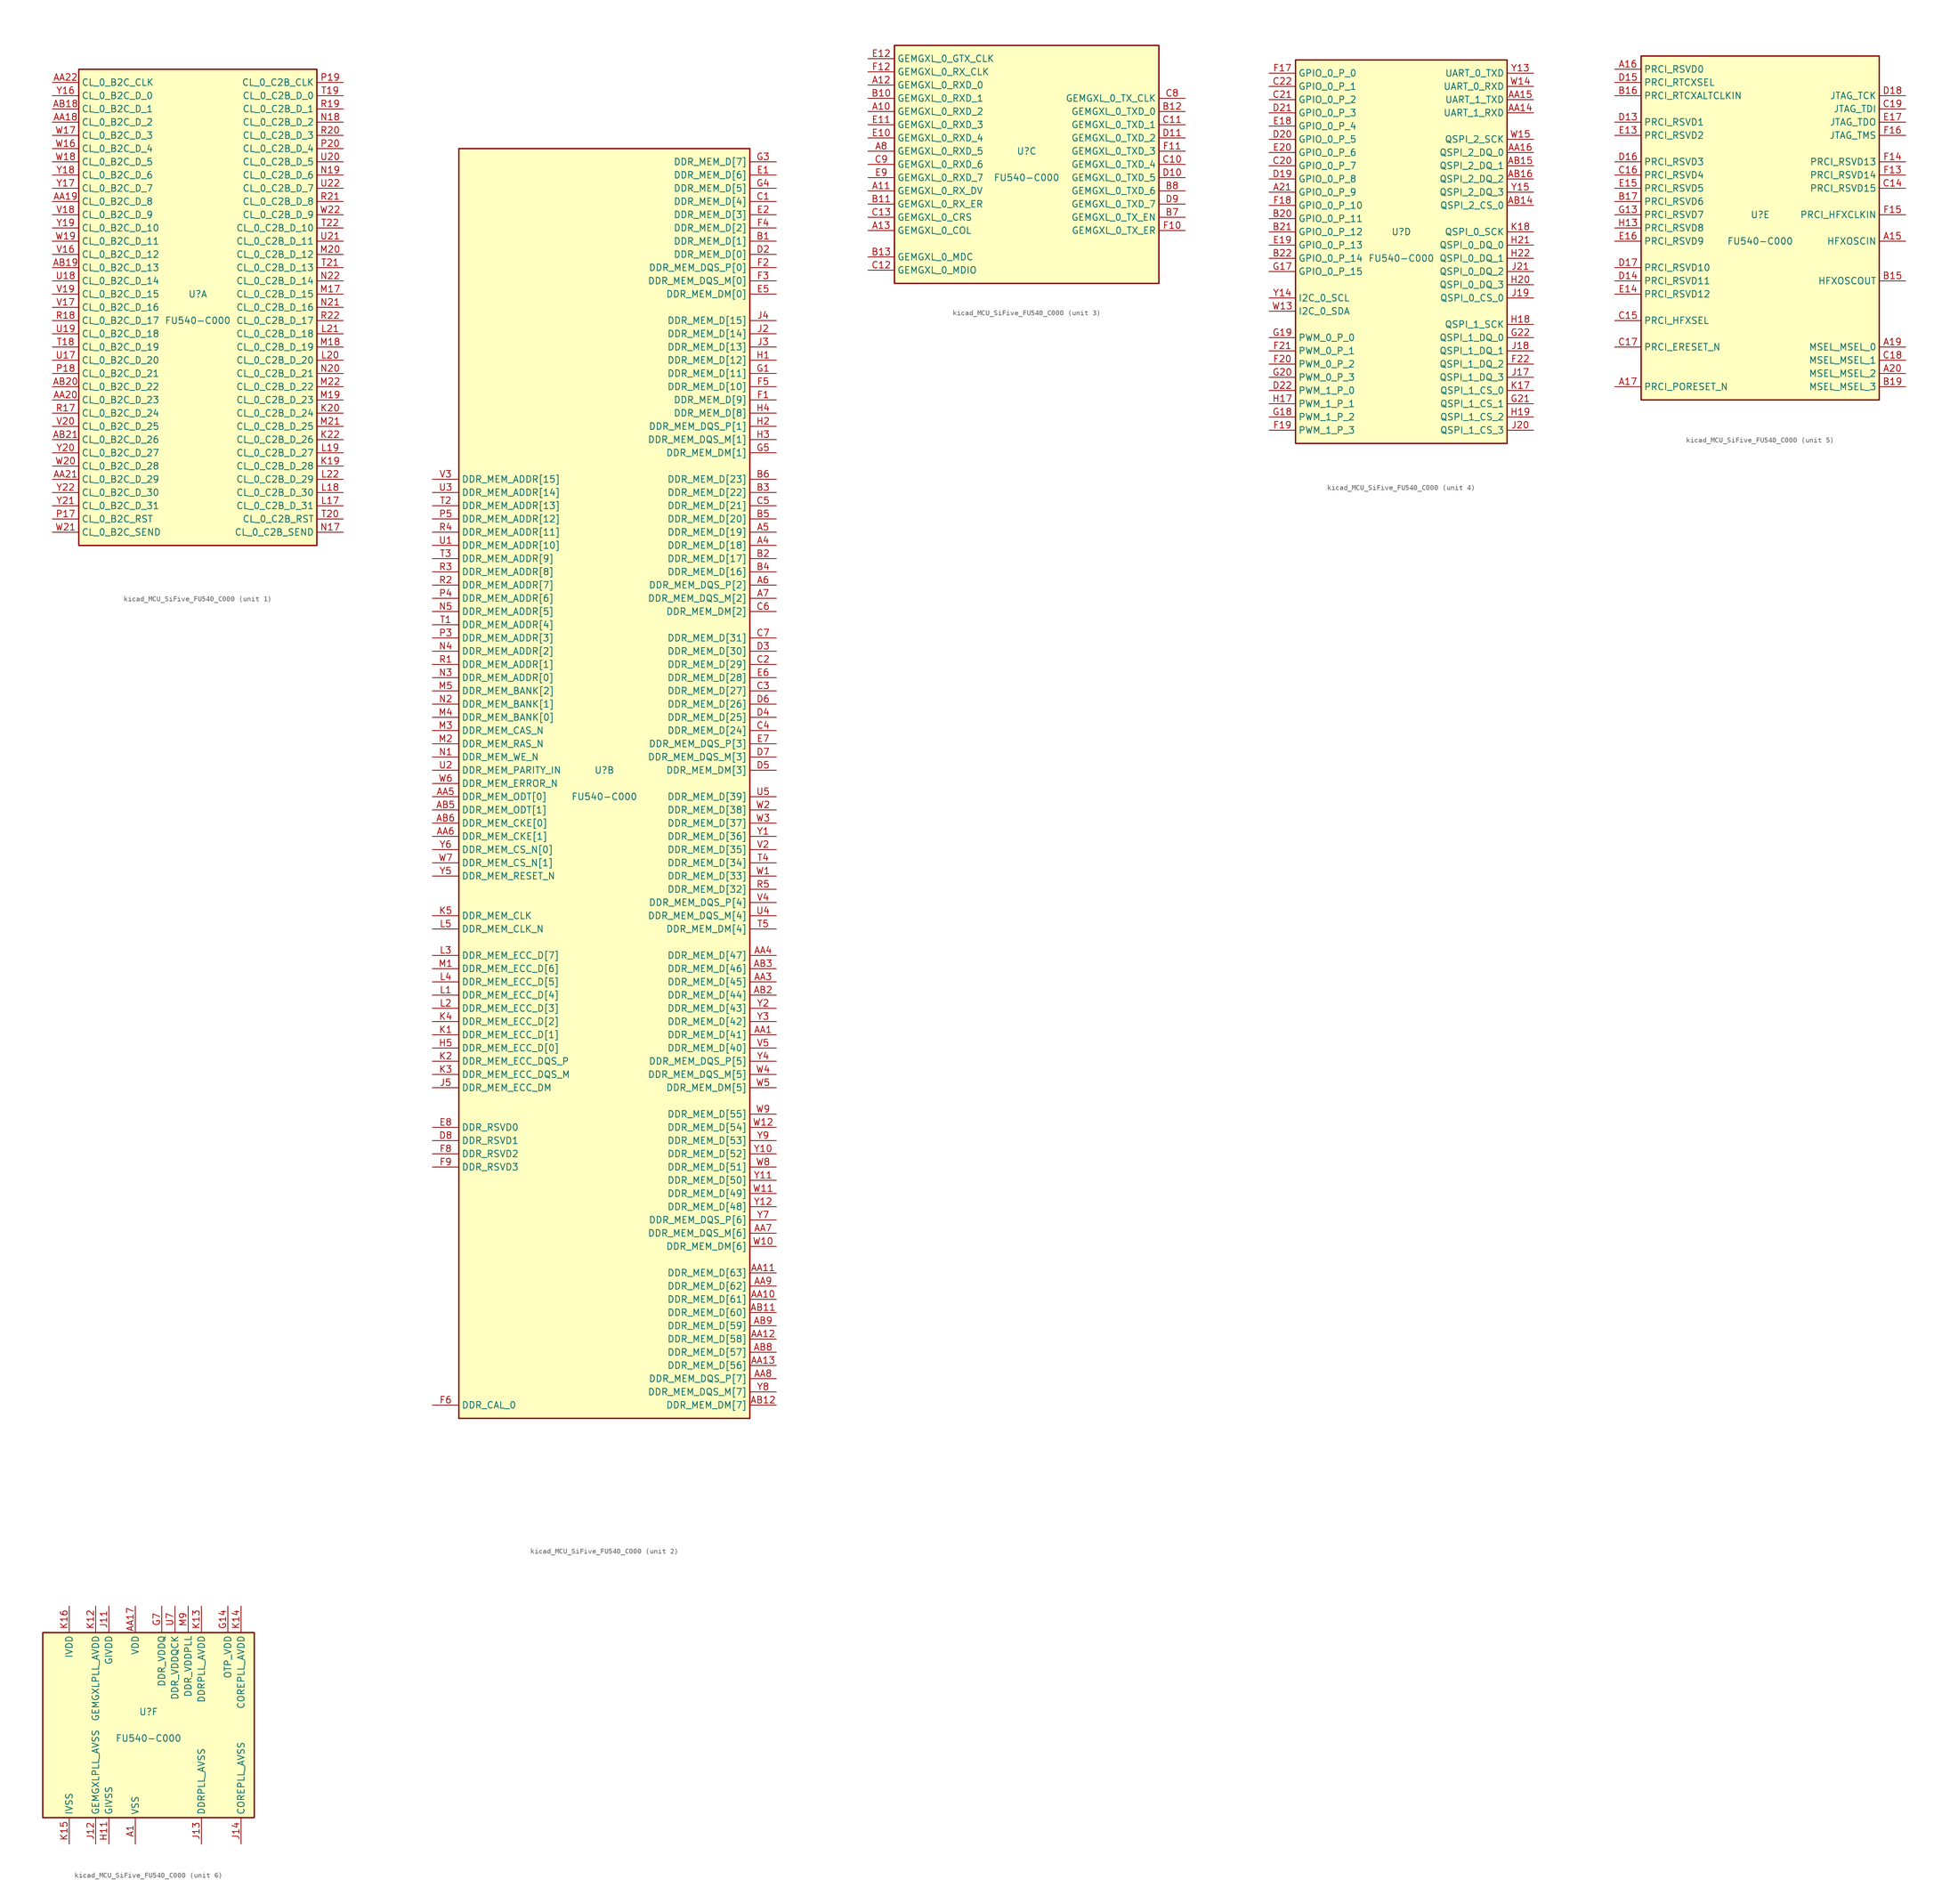
<source format=kicad_sym>
(kicad_symbol_lib
  (version 20220914)
  (generator kicad_symbol_editor)
  (symbol "kicad_MCU_SiFive_FU540_C000"
    (property "Reference" "U"
      (at 0 2.54 0)
      (effects (font (size 1.27 1.27))))
    (property "Value" "FU540-C000"
      (at 0 -2.54 0)
      (effects (font (size 1.27 1.27))))
    (property "ki_locked" ""
      (at 0 0 0)
      (effects (font (size 1.27 1.27))))
    (symbol "kicad_MCU_SiFive_FU540_C000_1_1"
      (rectangle (start -22.86 -45.72) (end 22.86 45.72) (stroke (width 0.254) (type default)) (fill (type background)))
      (pin input line (at -27.94 35.56 0) (length 5.08) (name "CL_0_B2C_D_2" (effects (font (size 1.27 1.27)))) (number "AA18" (effects (font (size 1.27 1.27)))))
      (pin input line (at -27.94 20.32 0) (length 5.08) (name "CL_0_B2C_D_8" (effects (font (size 1.27 1.27)))) (number "AA19" (effects (font (size 1.27 1.27)))))
      (pin input line (at -27.94 -17.78 0) (length 5.08) (name "CL_0_B2C_D_23" (effects (font (size 1.27 1.27)))) (number "AA20" (effects (font (size 1.27 1.27)))))
      (pin input line (at -27.94 -33.02 0) (length 5.08) (name "CL_0_B2C_D_29" (effects (font (size 1.27 1.27)))) (number "AA21" (effects (font (size 1.27 1.27)))))
      (pin input line (at -27.94 43.18 0) (length 5.08) (name "CL_0_B2C_CLK" (effects (font (size 1.27 1.27)))) (number "AA22" (effects (font (size 1.27 1.27)))))
      (pin input line (at -27.94 38.1 0) (length 5.08) (name "CL_0_B2C_D_1" (effects (font (size 1.27 1.27)))) (number "AB18" (effects (font (size 1.27 1.27)))))
      (pin input line (at -27.94 7.62 0) (length 5.08) (name "CL_0_B2C_D_13" (effects (font (size 1.27 1.27)))) (number "AB19" (effects (font (size 1.27 1.27)))))
      (pin input line (at -27.94 -15.24 0) (length 5.08) (name "CL_0_B2C_D_22" (effects (font (size 1.27 1.27)))) (number "AB20" (effects (font (size 1.27 1.27)))))
      (pin input line (at -27.94 -25.4 0) (length 5.08) (name "CL_0_B2C_D_26" (effects (font (size 1.27 1.27)))) (number "AB21" (effects (font (size 1.27 1.27)))))
      (pin output line (at 27.94 -30.48 180) (length 5.08) (name "CL_0_C2B_D_28" (effects (font (size 1.27 1.27)))) (number "K19" (effects (font (size 1.27 1.27)))))
      (pin output line (at 27.94 -20.32 180) (length 5.08) (name "CL_0_C2B_D_24" (effects (font (size 1.27 1.27)))) (number "K20" (effects (font (size 1.27 1.27)))))
      (pin output line (at 27.94 -25.4 180) (length 5.08) (name "CL_0_C2B_D_26" (effects (font (size 1.27 1.27)))) (number "K22" (effects (font (size 1.27 1.27)))))
      (pin output line (at 27.94 -38.1 180) (length 5.08) (name "CL_0_C2B_D_31" (effects (font (size 1.27 1.27)))) (number "L17" (effects (font (size 1.27 1.27)))))
      (pin output line (at 27.94 -35.56 180) (length 5.08) (name "CL_0_C2B_D_30" (effects (font (size 1.27 1.27)))) (number "L18" (effects (font (size 1.27 1.27)))))
      (pin output line (at 27.94 -27.94 180) (length 5.08) (name "CL_0_C2B_D_27" (effects (font (size 1.27 1.27)))) (number "L19" (effects (font (size 1.27 1.27)))))
      (pin output line (at 27.94 -10.16 180) (length 5.08) (name "CL_0_C2B_D_20" (effects (font (size 1.27 1.27)))) (number "L20" (effects (font (size 1.27 1.27)))))
      (pin output line (at 27.94 -5.08 180) (length 5.08) (name "CL_0_C2B_D_18" (effects (font (size 1.27 1.27)))) (number "L21" (effects (font (size 1.27 1.27)))))
      (pin output line (at 27.94 -33.02 180) (length 5.08) (name "CL_0_C2B_D_29" (effects (font (size 1.27 1.27)))) (number "L22" (effects (font (size 1.27 1.27)))))
      (pin output line (at 27.94 2.54 180) (length 5.08) (name "CL_0_C2B_D_15" (effects (font (size 1.27 1.27)))) (number "M17" (effects (font (size 1.27 1.27)))))
      (pin output line (at 27.94 -7.62 180) (length 5.08) (name "CL_0_C2B_D_19" (effects (font (size 1.27 1.27)))) (number "M18" (effects (font (size 1.27 1.27)))))
      (pin output line (at 27.94 -17.78 180) (length 5.08) (name "CL_0_C2B_D_23" (effects (font (size 1.27 1.27)))) (number "M19" (effects (font (size 1.27 1.27)))))
      (pin output line (at 27.94 10.16 180) (length 5.08) (name "CL_0_C2B_D_12" (effects (font (size 1.27 1.27)))) (number "M20" (effects (font (size 1.27 1.27)))))
      (pin output line (at 27.94 -22.86 180) (length 5.08) (name "CL_0_C2B_D_25" (effects (font (size 1.27 1.27)))) (number "M21" (effects (font (size 1.27 1.27)))))
      (pin output line (at 27.94 -15.24 180) (length 5.08) (name "CL_0_C2B_D_22" (effects (font (size 1.27 1.27)))) (number "M22" (effects (font (size 1.27 1.27)))))
      (pin output line (at 27.94 -43.18 180) (length 5.08) (name "CL_0_C2B_SEND" (effects (font (size 1.27 1.27)))) (number "N17" (effects (font (size 1.27 1.27)))))
      (pin output line (at 27.94 35.56 180) (length 5.08) (name "CL_0_C2B_D_2" (effects (font (size 1.27 1.27)))) (number "N18" (effects (font (size 1.27 1.27)))))
      (pin output line (at 27.94 25.4 180) (length 5.08) (name "CL_0_C2B_D_6" (effects (font (size 1.27 1.27)))) (number "N19" (effects (font (size 1.27 1.27)))))
      (pin output line (at 27.94 -12.7 180) (length 5.08) (name "CL_0_C2B_D_21" (effects (font (size 1.27 1.27)))) (number "N20" (effects (font (size 1.27 1.27)))))
      (pin output line (at 27.94 0 180) (length 5.08) (name "CL_0_C2B_D_16" (effects (font (size 1.27 1.27)))) (number "N21" (effects (font (size 1.27 1.27)))))
      (pin output line (at 27.94 5.08 180) (length 5.08) (name "CL_0_C2B_D_14" (effects (font (size 1.27 1.27)))) (number "N22" (effects (font (size 1.27 1.27)))))
      (pin input line (at -27.94 -40.64 0) (length 5.08) (name "CL_0_B2C_RST" (effects (font (size 1.27 1.27)))) (number "P17" (effects (font (size 1.27 1.27)))))
      (pin input line (at -27.94 -12.7 0) (length 5.08) (name "CL_0_B2C_D_21" (effects (font (size 1.27 1.27)))) (number "P18" (effects (font (size 1.27 1.27)))))
      (pin output line (at 27.94 43.18 180) (length 5.08) (name "CL_0_C2B_CLK" (effects (font (size 1.27 1.27)))) (number "P19" (effects (font (size 1.27 1.27)))))
      (pin output line (at 27.94 30.48 180) (length 5.08) (name "CL_0_C2B_D_4" (effects (font (size 1.27 1.27)))) (number "P20" (effects (font (size 1.27 1.27)))))
      (pin input line (at -27.94 -20.32 0) (length 5.08) (name "CL_0_B2C_D_24" (effects (font (size 1.27 1.27)))) (number "R17" (effects (font (size 1.27 1.27)))))
      (pin input line (at -27.94 -2.54 0) (length 5.08) (name "CL_0_B2C_D_17" (effects (font (size 1.27 1.27)))) (number "R18" (effects (font (size 1.27 1.27)))))
      (pin output line (at 27.94 38.1 180) (length 5.08) (name "CL_0_C2B_D_1" (effects (font (size 1.27 1.27)))) (number "R19" (effects (font (size 1.27 1.27)))))
      (pin output line (at 27.94 33.02 180) (length 5.08) (name "CL_0_C2B_D_3" (effects (font (size 1.27 1.27)))) (number "R20" (effects (font (size 1.27 1.27)))))
      (pin output line (at 27.94 20.32 180) (length 5.08) (name "CL_0_C2B_D_8" (effects (font (size 1.27 1.27)))) (number "R21" (effects (font (size 1.27 1.27)))))
      (pin output line (at 27.94 -2.54 180) (length 5.08) (name "CL_0_C2B_D_17" (effects (font (size 1.27 1.27)))) (number "R22" (effects (font (size 1.27 1.27)))))
      (pin input line (at -27.94 -7.62 0) (length 5.08) (name "CL_0_B2C_D_19" (effects (font (size 1.27 1.27)))) (number "T18" (effects (font (size 1.27 1.27)))))
      (pin output line (at 27.94 40.64 180) (length 5.08) (name "CL_0_C2B_D_0" (effects (font (size 1.27 1.27)))) (number "T19" (effects (font (size 1.27 1.27)))))
      (pin output line (at 27.94 -40.64 180) (length 5.08) (name "CL_0_C2B_RST" (effects (font (size 1.27 1.27)))) (number "T20" (effects (font (size 1.27 1.27)))))
      (pin output line (at 27.94 7.62 180) (length 5.08) (name "CL_0_C2B_D_13" (effects (font (size 1.27 1.27)))) (number "T21" (effects (font (size 1.27 1.27)))))
      (pin output line (at 27.94 15.24 180) (length 5.08) (name "CL_0_C2B_D_10" (effects (font (size 1.27 1.27)))) (number "T22" (effects (font (size 1.27 1.27)))))
      (pin input line (at -27.94 -10.16 0) (length 5.08) (name "CL_0_B2C_D_20" (effects (font (size 1.27 1.27)))) (number "U17" (effects (font (size 1.27 1.27)))))
      (pin input line (at -27.94 5.08 0) (length 5.08) (name "CL_0_B2C_D_14" (effects (font (size 1.27 1.27)))) (number "U18" (effects (font (size 1.27 1.27)))))
      (pin input line (at -27.94 -5.08 0) (length 5.08) (name "CL_0_B2C_D_18" (effects (font (size 1.27 1.27)))) (number "U19" (effects (font (size 1.27 1.27)))))
      (pin output line (at 27.94 27.94 180) (length 5.08) (name "CL_0_C2B_D_5" (effects (font (size 1.27 1.27)))) (number "U20" (effects (font (size 1.27 1.27)))))
      (pin output line (at 27.94 12.7 180) (length 5.08) (name "CL_0_C2B_D_11" (effects (font (size 1.27 1.27)))) (number "U21" (effects (font (size 1.27 1.27)))))
      (pin output line (at 27.94 22.86 180) (length 5.08) (name "CL_0_C2B_D_7" (effects (font (size 1.27 1.27)))) (number "U22" (effects (font (size 1.27 1.27)))))
      (pin input line (at -27.94 10.16 0) (length 5.08) (name "CL_0_B2C_D_12" (effects (font (size 1.27 1.27)))) (number "V16" (effects (font (size 1.27 1.27)))))
      (pin input line (at -27.94 0 0) (length 5.08) (name "CL_0_B2C_D_16" (effects (font (size 1.27 1.27)))) (number "V17" (effects (font (size 1.27 1.27)))))
      (pin input line (at -27.94 17.78 0) (length 5.08) (name "CL_0_B2C_D_9" (effects (font (size 1.27 1.27)))) (number "V18" (effects (font (size 1.27 1.27)))))
      (pin input line (at -27.94 2.54 0) (length 5.08) (name "CL_0_B2C_D_15" (effects (font (size 1.27 1.27)))) (number "V19" (effects (font (size 1.27 1.27)))))
      (pin input line (at -27.94 -22.86 0) (length 5.08) (name "CL_0_B2C_D_25" (effects (font (size 1.27 1.27)))) (number "V20" (effects (font (size 1.27 1.27)))))
      (pin input line (at -27.94 30.48 0) (length 5.08) (name "CL_0_B2C_D_4" (effects (font (size 1.27 1.27)))) (number "W16" (effects (font (size 1.27 1.27)))))
      (pin input line (at -27.94 33.02 0) (length 5.08) (name "CL_0_B2C_D_3" (effects (font (size 1.27 1.27)))) (number "W17" (effects (font (size 1.27 1.27)))))
      (pin input line (at -27.94 27.94 0) (length 5.08) (name "CL_0_B2C_D_5" (effects (font (size 1.27 1.27)))) (number "W18" (effects (font (size 1.27 1.27)))))
      (pin input line (at -27.94 12.7 0) (length 5.08) (name "CL_0_B2C_D_11" (effects (font (size 1.27 1.27)))) (number "W19" (effects (font (size 1.27 1.27)))))
      (pin input line (at -27.94 -30.48 0) (length 5.08) (name "CL_0_B2C_D_28" (effects (font (size 1.27 1.27)))) (number "W20" (effects (font (size 1.27 1.27)))))
      (pin input line (at -27.94 -43.18 0) (length 5.08) (name "CL_0_B2C_SEND" (effects (font (size 1.27 1.27)))) (number "W21" (effects (font (size 1.27 1.27)))))
      (pin output line (at 27.94 17.78 180) (length 5.08) (name "CL_0_C2B_D_9" (effects (font (size 1.27 1.27)))) (number "W22" (effects (font (size 1.27 1.27)))))
      (pin input line (at -27.94 40.64 0) (length 5.08) (name "CL_0_B2C_D_0" (effects (font (size 1.27 1.27)))) (number "Y16" (effects (font (size 1.27 1.27)))))
      (pin input line (at -27.94 22.86 0) (length 5.08) (name "CL_0_B2C_D_7" (effects (font (size 1.27 1.27)))) (number "Y17" (effects (font (size 1.27 1.27)))))
      (pin input line (at -27.94 25.4 0) (length 5.08) (name "CL_0_B2C_D_6" (effects (font (size 1.27 1.27)))) (number "Y18" (effects (font (size 1.27 1.27)))))
      (pin input line (at -27.94 15.24 0) (length 5.08) (name "CL_0_B2C_D_10" (effects (font (size 1.27 1.27)))) (number "Y19" (effects (font (size 1.27 1.27)))))
      (pin input line (at -27.94 -27.94 0) (length 5.08) (name "CL_0_B2C_D_27" (effects (font (size 1.27 1.27)))) (number "Y20" (effects (font (size 1.27 1.27)))))
      (pin input line (at -27.94 -38.1 0) (length 5.08) (name "CL_0_B2C_D_31" (effects (font (size 1.27 1.27)))) (number "Y21" (effects (font (size 1.27 1.27)))))
      (pin input line (at -27.94 -35.56 0) (length 5.08) (name "CL_0_B2C_D_30" (effects (font (size 1.27 1.27)))) (number "Y22" (effects (font (size 1.27 1.27))))))
    (symbol "kicad_MCU_SiFive_FU540_C000_2_1"
      (rectangle (start -27.94 -121.92) (end 27.94 121.92) (stroke (width 0.254) (type default)) (fill (type background)))
      (pin bidirectional line (at 33.02 45.72 180) (length 5.08) (name "DDR_MEM_D[18]" (effects (font (size 1.27 1.27)))) (number "A4" (effects (font (size 1.27 1.27)))))
      (pin bidirectional line (at 33.02 48.26 180) (length 5.08) (name "DDR_MEM_D[19]" (effects (font (size 1.27 1.27)))) (number "A5" (effects (font (size 1.27 1.27)))))
      (pin bidirectional line (at 33.02 38.1 180) (length 5.08) (name "DDR_MEM_DQS_P[2]" (effects (font (size 1.27 1.27)))) (number "A6" (effects (font (size 1.27 1.27)))))
      (pin bidirectional line (at 33.02 35.56 180) (length 5.08) (name "DDR_MEM_DQS_M[2]" (effects (font (size 1.27 1.27)))) (number "A7" (effects (font (size 1.27 1.27)))))
      (pin bidirectional line (at 33.02 -48.26 180) (length 5.08) (name "DDR_MEM_D[41]" (effects (font (size 1.27 1.27)))) (number "AA1" (effects (font (size 1.27 1.27)))))
      (pin bidirectional line (at 33.02 -99.06 180) (length 5.08) (name "DDR_MEM_D[61]" (effects (font (size 1.27 1.27)))) (number "AA10" (effects (font (size 1.27 1.27)))))
      (pin bidirectional line (at 33.02 -93.98 180) (length 5.08) (name "DDR_MEM_D[63]" (effects (font (size 1.27 1.27)))) (number "AA11" (effects (font (size 1.27 1.27)))))
      (pin bidirectional line (at 33.02 -106.68 180) (length 5.08) (name "DDR_MEM_D[58]" (effects (font (size 1.27 1.27)))) (number "AA12" (effects (font (size 1.27 1.27)))))
      (pin bidirectional line (at 33.02 -111.76 180) (length 5.08) (name "DDR_MEM_D[56]" (effects (font (size 1.27 1.27)))) (number "AA13" (effects (font (size 1.27 1.27)))))
      (pin bidirectional line (at 33.02 -38.1 180) (length 5.08) (name "DDR_MEM_D[45]" (effects (font (size 1.27 1.27)))) (number "AA3" (effects (font (size 1.27 1.27)))))
      (pin bidirectional line (at 33.02 -33.02 180) (length 5.08) (name "DDR_MEM_D[47]" (effects (font (size 1.27 1.27)))) (number "AA4" (effects (font (size 1.27 1.27)))))
      (pin output line (at -33.02 -2.54 0) (length 5.08) (name "DDR_MEM_ODT[0]" (effects (font (size 1.27 1.27)))) (number "AA5" (effects (font (size 1.27 1.27)))))
      (pin output line (at -33.02 -10.16 0) (length 5.08) (name "DDR_MEM_CKE[1]" (effects (font (size 1.27 1.27)))) (number "AA6" (effects (font (size 1.27 1.27)))))
      (pin bidirectional line (at 33.02 -86.36 180) (length 5.08) (name "DDR_MEM_DQS_M[6]" (effects (font (size 1.27 1.27)))) (number "AA7" (effects (font (size 1.27 1.27)))))
      (pin bidirectional line (at 33.02 -114.3 180) (length 5.08) (name "DDR_MEM_DQS_P[7]" (effects (font (size 1.27 1.27)))) (number "AA8" (effects (font (size 1.27 1.27)))))
      (pin bidirectional line (at 33.02 -96.52 180) (length 5.08) (name "DDR_MEM_D[62]" (effects (font (size 1.27 1.27)))) (number "AA9" (effects (font (size 1.27 1.27)))))
      (pin bidirectional line (at 33.02 -101.6 180) (length 5.08) (name "DDR_MEM_D[60]" (effects (font (size 1.27 1.27)))) (number "AB11" (effects (font (size 1.27 1.27)))))
      (pin bidirectional line (at 33.02 -119.38 180) (length 5.08) (name "DDR_MEM_DM[7]" (effects (font (size 1.27 1.27)))) (number "AB12" (effects (font (size 1.27 1.27)))))
      (pin bidirectional line (at 33.02 -40.64 180) (length 5.08) (name "DDR_MEM_D[44]" (effects (font (size 1.27 1.27)))) (number "AB2" (effects (font (size 1.27 1.27)))))
      (pin bidirectional line (at 33.02 -35.56 180) (length 5.08) (name "DDR_MEM_D[46]" (effects (font (size 1.27 1.27)))) (number "AB3" (effects (font (size 1.27 1.27)))))
      (pin output line (at -33.02 -5.08 0) (length 5.08) (name "DDR_MEM_ODT[1]" (effects (font (size 1.27 1.27)))) (number "AB5" (effects (font (size 1.27 1.27)))))
      (pin output line (at -33.02 -7.62 0) (length 5.08) (name "DDR_MEM_CKE[0]" (effects (font (size 1.27 1.27)))) (number "AB6" (effects (font (size 1.27 1.27)))))
      (pin bidirectional line (at 33.02 -109.22 180) (length 5.08) (name "DDR_MEM_D[57]" (effects (font (size 1.27 1.27)))) (number "AB8" (effects (font (size 1.27 1.27)))))
      (pin bidirectional line (at 33.02 -104.14 180) (length 5.08) (name "DDR_MEM_D[59]" (effects (font (size 1.27 1.27)))) (number "AB9" (effects (font (size 1.27 1.27)))))
      (pin bidirectional line (at 33.02 104.14 180) (length 5.08) (name "DDR_MEM_D[1]" (effects (font (size 1.27 1.27)))) (number "B1" (effects (font (size 1.27 1.27)))))
      (pin bidirectional line (at 33.02 43.18 180) (length 5.08) (name "DDR_MEM_D[17]" (effects (font (size 1.27 1.27)))) (number "B2" (effects (font (size 1.27 1.27)))))
      (pin bidirectional line (at 33.02 55.88 180) (length 5.08) (name "DDR_MEM_D[22]" (effects (font (size 1.27 1.27)))) (number "B3" (effects (font (size 1.27 1.27)))))
      (pin bidirectional line (at 33.02 40.64 180) (length 5.08) (name "DDR_MEM_D[16]" (effects (font (size 1.27 1.27)))) (number "B4" (effects (font (size 1.27 1.27)))))
      (pin bidirectional line (at 33.02 50.8 180) (length 5.08) (name "DDR_MEM_D[20]" (effects (font (size 1.27 1.27)))) (number "B5" (effects (font (size 1.27 1.27)))))
      (pin bidirectional line (at 33.02 58.42 180) (length 5.08) (name "DDR_MEM_D[23]" (effects (font (size 1.27 1.27)))) (number "B6" (effects (font (size 1.27 1.27)))))
      (pin bidirectional line (at 33.02 111.76 180) (length 5.08) (name "DDR_MEM_D[4]" (effects (font (size 1.27 1.27)))) (number "C1" (effects (font (size 1.27 1.27)))))
      (pin bidirectional line (at 33.02 22.86 180) (length 5.08) (name "DDR_MEM_D[29]" (effects (font (size 1.27 1.27)))) (number "C2" (effects (font (size 1.27 1.27)))))
      (pin bidirectional line (at 33.02 17.78 180) (length 5.08) (name "DDR_MEM_D[27]" (effects (font (size 1.27 1.27)))) (number "C3" (effects (font (size 1.27 1.27)))))
      (pin bidirectional line (at 33.02 10.16 180) (length 5.08) (name "DDR_MEM_D[24]" (effects (font (size 1.27 1.27)))) (number "C4" (effects (font (size 1.27 1.27)))))
      (pin bidirectional line (at 33.02 53.34 180) (length 5.08) (name "DDR_MEM_D[21]" (effects (font (size 1.27 1.27)))) (number "C5" (effects (font (size 1.27 1.27)))))
      (pin bidirectional line (at 33.02 33.02 180) (length 5.08) (name "DDR_MEM_DM[2]" (effects (font (size 1.27 1.27)))) (number "C6" (effects (font (size 1.27 1.27)))))
      (pin bidirectional line (at 33.02 27.94 180) (length 5.08) (name "DDR_MEM_D[31]" (effects (font (size 1.27 1.27)))) (number "C7" (effects (font (size 1.27 1.27)))))
      (pin bidirectional line (at 33.02 101.6 180) (length 5.08) (name "DDR_MEM_D[0]" (effects (font (size 1.27 1.27)))) (number "D2" (effects (font (size 1.27 1.27)))))
      (pin bidirectional line (at 33.02 25.4 180) (length 5.08) (name "DDR_MEM_D[30]" (effects (font (size 1.27 1.27)))) (number "D3" (effects (font (size 1.27 1.27)))))
      (pin bidirectional line (at 33.02 12.7 180) (length 5.08) (name "DDR_MEM_D[25]" (effects (font (size 1.27 1.27)))) (number "D4" (effects (font (size 1.27 1.27)))))
      (pin bidirectional line (at 33.02 2.54 180) (length 5.08) (name "DDR_MEM_DM[3]" (effects (font (size 1.27 1.27)))) (number "D5" (effects (font (size 1.27 1.27)))))
      (pin bidirectional line (at 33.02 15.24 180) (length 5.08) (name "DDR_MEM_D[26]" (effects (font (size 1.27 1.27)))) (number "D6" (effects (font (size 1.27 1.27)))))
      (pin bidirectional line (at 33.02 5.08 180) (length 5.08) (name "DDR_MEM_DQS_M[3]" (effects (font (size 1.27 1.27)))) (number "D7" (effects (font (size 1.27 1.27)))))
      (pin passive line (at -33.02 -68.58 0) (length 5.08) (name "DDR_RSVD1" (effects (font (size 1.27 1.27)))) (number "D8" (effects (font (size 1.27 1.27)))))
      (pin bidirectional line (at 33.02 116.84 180) (length 5.08) (name "DDR_MEM_D[6]" (effects (font (size 1.27 1.27)))) (number "E1" (effects (font (size 1.27 1.27)))))
      (pin bidirectional line (at 33.02 109.22 180) (length 5.08) (name "DDR_MEM_D[3]" (effects (font (size 1.27 1.27)))) (number "E2" (effects (font (size 1.27 1.27)))))
      (pin bidirectional line (at 33.02 93.98 180) (length 5.08) (name "DDR_MEM_DM[0]" (effects (font (size 1.27 1.27)))) (number "E5" (effects (font (size 1.27 1.27)))))
      (pin bidirectional line (at 33.02 20.32 180) (length 5.08) (name "DDR_MEM_D[28]" (effects (font (size 1.27 1.27)))) (number "E6" (effects (font (size 1.27 1.27)))))
      (pin bidirectional line (at 33.02 7.62 180) (length 5.08) (name "DDR_MEM_DQS_P[3]" (effects (font (size 1.27 1.27)))) (number "E7" (effects (font (size 1.27 1.27)))))
      (pin passive line (at -33.02 -66.04 0) (length 5.08) (name "DDR_RSVD0" (effects (font (size 1.27 1.27)))) (number "E8" (effects (font (size 1.27 1.27)))))
      (pin bidirectional line (at 33.02 73.66 180) (length 5.08) (name "DDR_MEM_D[9]" (effects (font (size 1.27 1.27)))) (number "F1" (effects (font (size 1.27 1.27)))))
      (pin bidirectional line (at 33.02 99.06 180) (length 5.08) (name "DDR_MEM_DQS_P[0]" (effects (font (size 1.27 1.27)))) (number "F2" (effects (font (size 1.27 1.27)))))
      (pin bidirectional line (at 33.02 96.52 180) (length 5.08) (name "DDR_MEM_DQS_M[0]" (effects (font (size 1.27 1.27)))) (number "F3" (effects (font (size 1.27 1.27)))))
      (pin bidirectional line (at 33.02 106.68 180) (length 5.08) (name "DDR_MEM_D[2]" (effects (font (size 1.27 1.27)))) (number "F4" (effects (font (size 1.27 1.27)))))
      (pin bidirectional line (at 33.02 76.2 180) (length 5.08) (name "DDR_MEM_D[10]" (effects (font (size 1.27 1.27)))) (number "F5" (effects (font (size 1.27 1.27)))))
      (pin passive line (at -33.02 -119.38 0) (length 5.08) (name "DDR_CAL_0" (effects (font (size 1.27 1.27)))) (number "F6" (effects (font (size 1.27 1.27)))))
      (pin passive line (at -33.02 -71.12 0) (length 5.08) (name "DDR_RSVD2" (effects (font (size 1.27 1.27)))) (number "F8" (effects (font (size 1.27 1.27)))))
      (pin passive line (at -33.02 -73.66 0) (length 5.08) (name "DDR_RSVD3" (effects (font (size 1.27 1.27)))) (number "F9" (effects (font (size 1.27 1.27)))))
      (pin bidirectional line (at 33.02 78.74 180) (length 5.08) (name "DDR_MEM_D[11]" (effects (font (size 1.27 1.27)))) (number "G1" (effects (font (size 1.27 1.27)))))
      (pin bidirectional line (at 33.02 119.38 180) (length 5.08) (name "DDR_MEM_D[7]" (effects (font (size 1.27 1.27)))) (number "G3" (effects (font (size 1.27 1.27)))))
      (pin bidirectional line (at 33.02 114.3 180) (length 5.08) (name "DDR_MEM_D[5]" (effects (font (size 1.27 1.27)))) (number "G4" (effects (font (size 1.27 1.27)))))
      (pin bidirectional line (at 33.02 63.5 180) (length 5.08) (name "DDR_MEM_DM[1]" (effects (font (size 1.27 1.27)))) (number "G5" (effects (font (size 1.27 1.27)))))
      (pin bidirectional line (at 33.02 81.28 180) (length 5.08) (name "DDR_MEM_D[12]" (effects (font (size 1.27 1.27)))) (number "H1" (effects (font (size 1.27 1.27)))))
      (pin bidirectional line (at 33.02 68.58 180) (length 5.08) (name "DDR_MEM_DQS_P[1]" (effects (font (size 1.27 1.27)))) (number "H2" (effects (font (size 1.27 1.27)))))
      (pin bidirectional line (at 33.02 66.04 180) (length 5.08) (name "DDR_MEM_DQS_M[1]" (effects (font (size 1.27 1.27)))) (number "H3" (effects (font (size 1.27 1.27)))))
      (pin bidirectional line (at 33.02 71.12 180) (length 5.08) (name "DDR_MEM_D[8]" (effects (font (size 1.27 1.27)))) (number "H4" (effects (font (size 1.27 1.27)))))
      (pin bidirectional line (at -33.02 -50.8 0) (length 5.08) (name "DDR_MEM_ECC_D[0]" (effects (font (size 1.27 1.27)))) (number "H5" (effects (font (size 1.27 1.27)))))
      (pin bidirectional line (at 33.02 86.36 180) (length 5.08) (name "DDR_MEM_D[14]" (effects (font (size 1.27 1.27)))) (number "J2" (effects (font (size 1.27 1.27)))))
      (pin bidirectional line (at 33.02 83.82 180) (length 5.08) (name "DDR_MEM_D[13]" (effects (font (size 1.27 1.27)))) (number "J3" (effects (font (size 1.27 1.27)))))
      (pin bidirectional line (at 33.02 88.9 180) (length 5.08) (name "DDR_MEM_D[15]" (effects (font (size 1.27 1.27)))) (number "J4" (effects (font (size 1.27 1.27)))))
      (pin bidirectional line (at -33.02 -58.42 0) (length 5.08) (name "DDR_MEM_ECC_DM" (effects (font (size 1.27 1.27)))) (number "J5" (effects (font (size 1.27 1.27)))))
      (pin bidirectional line (at -33.02 -48.26 0) (length 5.08) (name "DDR_MEM_ECC_D[1]" (effects (font (size 1.27 1.27)))) (number "K1" (effects (font (size 1.27 1.27)))))
      (pin bidirectional line (at -33.02 -53.34 0) (length 5.08) (name "DDR_MEM_ECC_DQS_P" (effects (font (size 1.27 1.27)))) (number "K2" (effects (font (size 1.27 1.27)))))
      (pin bidirectional line (at -33.02 -55.88 0) (length 5.08) (name "DDR_MEM_ECC_DQS_M" (effects (font (size 1.27 1.27)))) (number "K3" (effects (font (size 1.27 1.27)))))
      (pin bidirectional line (at -33.02 -45.72 0) (length 5.08) (name "DDR_MEM_ECC_D[2]" (effects (font (size 1.27 1.27)))) (number "K4" (effects (font (size 1.27 1.27)))))
      (pin output line (at -33.02 -25.4 0) (length 5.08) (name "DDR_MEM_CLK" (effects (font (size 1.27 1.27)))) (number "K5" (effects (font (size 1.27 1.27)))))
      (pin bidirectional line (at -33.02 -40.64 0) (length 5.08) (name "DDR_MEM_ECC_D[4]" (effects (font (size 1.27 1.27)))) (number "L1" (effects (font (size 1.27 1.27)))))
      (pin bidirectional line (at -33.02 -43.18 0) (length 5.08) (name "DDR_MEM_ECC_D[3]" (effects (font (size 1.27 1.27)))) (number "L2" (effects (font (size 1.27 1.27)))))
      (pin bidirectional line (at -33.02 -33.02 0) (length 5.08) (name "DDR_MEM_ECC_D[7]" (effects (font (size 1.27 1.27)))) (number "L3" (effects (font (size 1.27 1.27)))))
      (pin bidirectional line (at -33.02 -38.1 0) (length 5.08) (name "DDR_MEM_ECC_D[5]" (effects (font (size 1.27 1.27)))) (number "L4" (effects (font (size 1.27 1.27)))))
      (pin output line (at -33.02 -27.94 0) (length 5.08) (name "DDR_MEM_CLK_N" (effects (font (size 1.27 1.27)))) (number "L5" (effects (font (size 1.27 1.27)))))
      (pin bidirectional line (at -33.02 -35.56 0) (length 5.08) (name "DDR_MEM_ECC_D[6]" (effects (font (size 1.27 1.27)))) (number "M1" (effects (font (size 1.27 1.27)))))
      (pin output line (at -33.02 7.62 0) (length 5.08) (name "DDR_MEM_RAS_N" (effects (font (size 1.27 1.27)))) (number "M2" (effects (font (size 1.27 1.27)))))
      (pin output line (at -33.02 10.16 0) (length 5.08) (name "DDR_MEM_CAS_N" (effects (font (size 1.27 1.27)))) (number "M3" (effects (font (size 1.27 1.27)))))
      (pin output line (at -33.02 12.7 0) (length 5.08) (name "DDR_MEM_BANK[0]" (effects (font (size 1.27 1.27)))) (number "M4" (effects (font (size 1.27 1.27)))))
      (pin output line (at -33.02 17.78 0) (length 5.08) (name "DDR_MEM_BANK[2]" (effects (font (size 1.27 1.27)))) (number "M5" (effects (font (size 1.27 1.27)))))
      (pin output line (at -33.02 5.08 0) (length 5.08) (name "DDR_MEM_WE_N" (effects (font (size 1.27 1.27)))) (number "N1" (effects (font (size 1.27 1.27)))))
      (pin output line (at -33.02 15.24 0) (length 5.08) (name "DDR_MEM_BANK[1]" (effects (font (size 1.27 1.27)))) (number "N2" (effects (font (size 1.27 1.27)))))
      (pin output line (at -33.02 20.32 0) (length 5.08) (name "DDR_MEM_ADDR[0]" (effects (font (size 1.27 1.27)))) (number "N3" (effects (font (size 1.27 1.27)))))
      (pin output line (at -33.02 25.4 0) (length 5.08) (name "DDR_MEM_ADDR[2]" (effects (font (size 1.27 1.27)))) (number "N4" (effects (font (size 1.27 1.27)))))
      (pin output line (at -33.02 33.02 0) (length 5.08) (name "DDR_MEM_ADDR[5]" (effects (font (size 1.27 1.27)))) (number "N5" (effects (font (size 1.27 1.27)))))
      (pin output line (at -33.02 27.94 0) (length 5.08) (name "DDR_MEM_ADDR[3]" (effects (font (size 1.27 1.27)))) (number "P3" (effects (font (size 1.27 1.27)))))
      (pin output line (at -33.02 35.56 0) (length 5.08) (name "DDR_MEM_ADDR[6]" (effects (font (size 1.27 1.27)))) (number "P4" (effects (font (size 1.27 1.27)))))
      (pin output line (at -33.02 50.8 0) (length 5.08) (name "DDR_MEM_ADDR[12]" (effects (font (size 1.27 1.27)))) (number "P5" (effects (font (size 1.27 1.27)))))
      (pin output line (at -33.02 22.86 0) (length 5.08) (name "DDR_MEM_ADDR[1]" (effects (font (size 1.27 1.27)))) (number "R1" (effects (font (size 1.27 1.27)))))
      (pin output line (at -33.02 38.1 0) (length 5.08) (name "DDR_MEM_ADDR[7]" (effects (font (size 1.27 1.27)))) (number "R2" (effects (font (size 1.27 1.27)))))
      (pin output line (at -33.02 40.64 0) (length 5.08) (name "DDR_MEM_ADDR[8]" (effects (font (size 1.27 1.27)))) (number "R3" (effects (font (size 1.27 1.27)))))
      (pin output line (at -33.02 48.26 0) (length 5.08) (name "DDR_MEM_ADDR[11]" (effects (font (size 1.27 1.27)))) (number "R4" (effects (font (size 1.27 1.27)))))
      (pin bidirectional line (at 33.02 -20.32 180) (length 5.08) (name "DDR_MEM_D[32]" (effects (font (size 1.27 1.27)))) (number "R5" (effects (font (size 1.27 1.27)))))
      (pin output line (at -33.02 30.48 0) (length 5.08) (name "DDR_MEM_ADDR[4]" (effects (font (size 1.27 1.27)))) (number "T1" (effects (font (size 1.27 1.27)))))
      (pin output line (at -33.02 53.34 0) (length 5.08) (name "DDR_MEM_ADDR[13]" (effects (font (size 1.27 1.27)))) (number "T2" (effects (font (size 1.27 1.27)))))
      (pin output line (at -33.02 43.18 0) (length 5.08) (name "DDR_MEM_ADDR[9]" (effects (font (size 1.27 1.27)))) (number "T3" (effects (font (size 1.27 1.27)))))
      (pin bidirectional line (at 33.02 -15.24 180) (length 5.08) (name "DDR_MEM_D[34]" (effects (font (size 1.27 1.27)))) (number "T4" (effects (font (size 1.27 1.27)))))
      (pin bidirectional line (at 33.02 -27.94 180) (length 5.08) (name "DDR_MEM_DM[4]" (effects (font (size 1.27 1.27)))) (number "T5" (effects (font (size 1.27 1.27)))))
      (pin output line (at -33.02 45.72 0) (length 5.08) (name "DDR_MEM_ADDR[10]" (effects (font (size 1.27 1.27)))) (number "U1" (effects (font (size 1.27 1.27)))))
      (pin output line (at -33.02 2.54 0) (length 5.08) (name "DDR_MEM_PARITY_IN" (effects (font (size 1.27 1.27)))) (number "U2" (effects (font (size 1.27 1.27)))))
      (pin output line (at -33.02 55.88 0) (length 5.08) (name "DDR_MEM_ADDR[14]" (effects (font (size 1.27 1.27)))) (number "U3" (effects (font (size 1.27 1.27)))))
      (pin bidirectional line (at 33.02 -25.4 180) (length 5.08) (name "DDR_MEM_DQS_M[4]" (effects (font (size 1.27 1.27)))) (number "U4" (effects (font (size 1.27 1.27)))))
      (pin bidirectional line (at 33.02 -2.54 180) (length 5.08) (name "DDR_MEM_D[39]" (effects (font (size 1.27 1.27)))) (number "U5" (effects (font (size 1.27 1.27)))))
      (pin bidirectional line (at 33.02 -12.7 180) (length 5.08) (name "DDR_MEM_D[35]" (effects (font (size 1.27 1.27)))) (number "V2" (effects (font (size 1.27 1.27)))))
      (pin output line (at -33.02 58.42 0) (length 5.08) (name "DDR_MEM_ADDR[15]" (effects (font (size 1.27 1.27)))) (number "V3" (effects (font (size 1.27 1.27)))))
      (pin bidirectional line (at 33.02 -22.86 180) (length 5.08) (name "DDR_MEM_DQS_P[4]" (effects (font (size 1.27 1.27)))) (number "V4" (effects (font (size 1.27 1.27)))))
      (pin bidirectional line (at 33.02 -50.8 180) (length 5.08) (name "DDR_MEM_D[40]" (effects (font (size 1.27 1.27)))) (number "V5" (effects (font (size 1.27 1.27)))))
      (pin bidirectional line (at 33.02 -17.78 180) (length 5.08) (name "DDR_MEM_D[33]" (effects (font (size 1.27 1.27)))) (number "W1" (effects (font (size 1.27 1.27)))))
      (pin bidirectional line (at 33.02 -88.9 180) (length 5.08) (name "DDR_MEM_DM[6]" (effects (font (size 1.27 1.27)))) (number "W10" (effects (font (size 1.27 1.27)))))
      (pin bidirectional line (at 33.02 -78.74 180) (length 5.08) (name "DDR_MEM_D[49]" (effects (font (size 1.27 1.27)))) (number "W11" (effects (font (size 1.27 1.27)))))
      (pin bidirectional line (at 33.02 -66.04 180) (length 5.08) (name "DDR_MEM_D[54]" (effects (font (size 1.27 1.27)))) (number "W12" (effects (font (size 1.27 1.27)))))
      (pin bidirectional line (at 33.02 -5.08 180) (length 5.08) (name "DDR_MEM_D[38]" (effects (font (size 1.27 1.27)))) (number "W2" (effects (font (size 1.27 1.27)))))
      (pin bidirectional line (at 33.02 -7.62 180) (length 5.08) (name "DDR_MEM_D[37]" (effects (font (size 1.27 1.27)))) (number "W3" (effects (font (size 1.27 1.27)))))
      (pin bidirectional line (at 33.02 -55.88 180) (length 5.08) (name "DDR_MEM_DQS_M[5]" (effects (font (size 1.27 1.27)))) (number "W4" (effects (font (size 1.27 1.27)))))
      (pin bidirectional line (at 33.02 -58.42 180) (length 5.08) (name "DDR_MEM_DM[5]" (effects (font (size 1.27 1.27)))) (number "W5" (effects (font (size 1.27 1.27)))))
      (pin input line (at -33.02 0 0) (length 5.08) (name "DDR_MEM_ERROR_N" (effects (font (size 1.27 1.27)))) (number "W6" (effects (font (size 1.27 1.27)))))
      (pin output line (at -33.02 -15.24 0) (length 5.08) (name "DDR_MEM_CS_N[1]" (effects (font (size 1.27 1.27)))) (number "W7" (effects (font (size 1.27 1.27)))))
      (pin bidirectional line (at 33.02 -73.66 180) (length 5.08) (name "DDR_MEM_D[51]" (effects (font (size 1.27 1.27)))) (number "W8" (effects (font (size 1.27 1.27)))))
      (pin bidirectional line (at 33.02 -63.5 180) (length 5.08) (name "DDR_MEM_D[55]" (effects (font (size 1.27 1.27)))) (number "W9" (effects (font (size 1.27 1.27)))))
      (pin bidirectional line (at 33.02 -10.16 180) (length 5.08) (name "DDR_MEM_D[36]" (effects (font (size 1.27 1.27)))) (number "Y1" (effects (font (size 1.27 1.27)))))
      (pin bidirectional line (at 33.02 -71.12 180) (length 5.08) (name "DDR_MEM_D[52]" (effects (font (size 1.27 1.27)))) (number "Y10" (effects (font (size 1.27 1.27)))))
      (pin bidirectional line (at 33.02 -76.2 180) (length 5.08) (name "DDR_MEM_D[50]" (effects (font (size 1.27 1.27)))) (number "Y11" (effects (font (size 1.27 1.27)))))
      (pin bidirectional line (at 33.02 -81.28 180) (length 5.08) (name "DDR_MEM_D[48]" (effects (font (size 1.27 1.27)))) (number "Y12" (effects (font (size 1.27 1.27)))))
      (pin bidirectional line (at 33.02 -43.18 180) (length 5.08) (name "DDR_MEM_D[43]" (effects (font (size 1.27 1.27)))) (number "Y2" (effects (font (size 1.27 1.27)))))
      (pin bidirectional line (at 33.02 -45.72 180) (length 5.08) (name "DDR_MEM_D[42]" (effects (font (size 1.27 1.27)))) (number "Y3" (effects (font (size 1.27 1.27)))))
      (pin bidirectional line (at 33.02 -53.34 180) (length 5.08) (name "DDR_MEM_DQS_P[5]" (effects (font (size 1.27 1.27)))) (number "Y4" (effects (font (size 1.27 1.27)))))
      (pin output line (at -33.02 -17.78 0) (length 5.08) (name "DDR_MEM_RESET_N" (effects (font (size 1.27 1.27)))) (number "Y5" (effects (font (size 1.27 1.27)))))
      (pin output line (at -33.02 -12.7 0) (length 5.08) (name "DDR_MEM_CS_N[0]" (effects (font (size 1.27 1.27)))) (number "Y6" (effects (font (size 1.27 1.27)))))
      (pin bidirectional line (at 33.02 -83.82 180) (length 5.08) (name "DDR_MEM_DQS_P[6]" (effects (font (size 1.27 1.27)))) (number "Y7" (effects (font (size 1.27 1.27)))))
      (pin bidirectional line (at 33.02 -116.84 180) (length 5.08) (name "DDR_MEM_DQS_M[7]" (effects (font (size 1.27 1.27)))) (number "Y8" (effects (font (size 1.27 1.27)))))
      (pin bidirectional line (at 33.02 -68.58 180) (length 5.08) (name "DDR_MEM_D[53]" (effects (font (size 1.27 1.27)))) (number "Y9" (effects (font (size 1.27 1.27))))))
    (symbol "kicad_MCU_SiFive_FU540_C000_3_1"
      (rectangle (start -25.4 -22.86) (end 25.4 22.86) (stroke (width 0.254) (type default)) (fill (type background)))
      (pin input line (at -30.48 10.16 0) (length 5.08) (name "GEMGXL_0_RXD_2" (effects (font (size 1.27 1.27)))) (number "A10" (effects (font (size 1.27 1.27)))))
      (pin input line (at -30.48 -5.08 0) (length 5.08) (name "GEMGXL_0_RX_DV" (effects (font (size 1.27 1.27)))) (number "A11" (effects (font (size 1.27 1.27)))))
      (pin input line (at -30.48 15.24 0) (length 5.08) (name "GEMGXL_0_RXD_0" (effects (font (size 1.27 1.27)))) (number "A12" (effects (font (size 1.27 1.27)))))
      (pin input line (at -30.48 -12.7 0) (length 5.08) (name "GEMGXL_0_COL" (effects (font (size 1.27 1.27)))) (number "A13" (effects (font (size 1.27 1.27)))))
      (pin input line (at -30.48 2.54 0) (length 5.08) (name "GEMGXL_0_RXD_5" (effects (font (size 1.27 1.27)))) (number "A8" (effects (font (size 1.27 1.27)))))
      (pin input line (at -30.48 12.7 0) (length 5.08) (name "GEMGXL_0_RXD_1" (effects (font (size 1.27 1.27)))) (number "B10" (effects (font (size 1.27 1.27)))))
      (pin input line (at -30.48 -7.62 0) (length 5.08) (name "GEMGXL_0_RX_ER" (effects (font (size 1.27 1.27)))) (number "B11" (effects (font (size 1.27 1.27)))))
      (pin output line (at 30.48 10.16 180) (length 5.08) (name "GEMGXL_0_TXD_0" (effects (font (size 1.27 1.27)))) (number "B12" (effects (font (size 1.27 1.27)))))
      (pin output line (at -30.48 -17.78 0) (length 5.08) (name "GEMGXL_0_MDC" (effects (font (size 1.27 1.27)))) (number "B13" (effects (font (size 1.27 1.27)))))
      (pin output line (at 30.48 -10.16 180) (length 5.08) (name "GEMGXL_0_TX_EN" (effects (font (size 1.27 1.27)))) (number "B7" (effects (font (size 1.27 1.27)))))
      (pin output line (at 30.48 -5.08 180) (length 5.08) (name "GEMGXL_0_TXD_6" (effects (font (size 1.27 1.27)))) (number "B8" (effects (font (size 1.27 1.27)))))
      (pin output line (at 30.48 0 180) (length 5.08) (name "GEMGXL_0_TXD_4" (effects (font (size 1.27 1.27)))) (number "C10" (effects (font (size 1.27 1.27)))))
      (pin output line (at 30.48 7.62 180) (length 5.08) (name "GEMGXL_0_TXD_1" (effects (font (size 1.27 1.27)))) (number "C11" (effects (font (size 1.27 1.27)))))
      (pin bidirectional line (at -30.48 -20.32 0) (length 5.08) (name "GEMGXL_0_MDIO" (effects (font (size 1.27 1.27)))) (number "C12" (effects (font (size 1.27 1.27)))))
      (pin input line (at -30.48 -10.16 0) (length 5.08) (name "GEMGXL_0_CRS" (effects (font (size 1.27 1.27)))) (number "C13" (effects (font (size 1.27 1.27)))))
      (pin input line (at 30.48 12.7 180) (length 5.08) (name "GEMGXL_0_TX_CLK" (effects (font (size 1.27 1.27)))) (number "C8" (effects (font (size 1.27 1.27)))))
      (pin input line (at -30.48 0 0) (length 5.08) (name "GEMGXL_0_RXD_6" (effects (font (size 1.27 1.27)))) (number "C9" (effects (font (size 1.27 1.27)))))
      (pin output line (at 30.48 -2.54 180) (length 5.08) (name "GEMGXL_0_TXD_5" (effects (font (size 1.27 1.27)))) (number "D10" (effects (font (size 1.27 1.27)))))
      (pin output line (at 30.48 5.08 180) (length 5.08) (name "GEMGXL_0_TXD_2" (effects (font (size 1.27 1.27)))) (number "D11" (effects (font (size 1.27 1.27)))))
      (pin output line (at 30.48 -7.62 180) (length 5.08) (name "GEMGXL_0_TXD_7" (effects (font (size 1.27 1.27)))) (number "D9" (effects (font (size 1.27 1.27)))))
      (pin input line (at -30.48 5.08 0) (length 5.08) (name "GEMGXL_0_RXD_4" (effects (font (size 1.27 1.27)))) (number "E10" (effects (font (size 1.27 1.27)))))
      (pin input line (at -30.48 7.62 0) (length 5.08) (name "GEMGXL_0_RXD_3" (effects (font (size 1.27 1.27)))) (number "E11" (effects (font (size 1.27 1.27)))))
      (pin input line (at -30.48 20.32 0) (length 5.08) (name "GEMGXL_0_GTX_CLK" (effects (font (size 1.27 1.27)))) (number "E12" (effects (font (size 1.27 1.27)))))
      (pin input line (at -30.48 -2.54 0) (length 5.08) (name "GEMGXL_0_RXD_7" (effects (font (size 1.27 1.27)))) (number "E9" (effects (font (size 1.27 1.27)))))
      (pin output line (at 30.48 -12.7 180) (length 5.08) (name "GEMGXL_0_TX_ER" (effects (font (size 1.27 1.27)))) (number "F10" (effects (font (size 1.27 1.27)))))
      (pin output line (at 30.48 2.54 180) (length 5.08) (name "GEMGXL_0_TXD_3" (effects (font (size 1.27 1.27)))) (number "F11" (effects (font (size 1.27 1.27)))))
      (pin input line (at -30.48 17.78 0) (length 5.08) (name "GEMGXL_0_RX_CLK" (effects (font (size 1.27 1.27)))) (number "F12" (effects (font (size 1.27 1.27))))))
    (symbol "kicad_MCU_SiFive_FU540_C000_4_1"
      (rectangle (start -20.32 -38.1) (end 20.32 35.56) (stroke (width 0.254) (type default)) (fill (type background)))
      (pin bidirectional line (at -25.4 10.16 0) (length 5.08) (name "GPIO_0_P_9" (effects (font (size 1.27 1.27)))) (number "A21" (effects (font (size 1.27 1.27)))))
      (pin input line (at 25.4 25.4 180) (length 5.08) (name "UART_1_RXD" (effects (font (size 1.27 1.27)))) (number "AA14" (effects (font (size 1.27 1.27)))))
      (pin output line (at 25.4 27.94 180) (length 5.08) (name "UART_1_TXD" (effects (font (size 1.27 1.27)))) (number "AA15" (effects (font (size 1.27 1.27)))))
      (pin bidirectional line (at 25.4 17.78 180) (length 5.08) (name "QSPI_2_DQ_0" (effects (font (size 1.27 1.27)))) (number "AA16" (effects (font (size 1.27 1.27)))))
      (pin output line (at 25.4 7.62 180) (length 5.08) (name "QSPI_2_CS_0" (effects (font (size 1.27 1.27)))) (number "AB14" (effects (font (size 1.27 1.27)))))
      (pin bidirectional line (at 25.4 15.24 180) (length 5.08) (name "QSPI_2_DQ_1" (effects (font (size 1.27 1.27)))) (number "AB15" (effects (font (size 1.27 1.27)))))
      (pin bidirectional line (at 25.4 12.7 180) (length 5.08) (name "QSPI_2_DQ_2" (effects (font (size 1.27 1.27)))) (number "AB16" (effects (font (size 1.27 1.27)))))
      (pin bidirectional line (at -25.4 5.08 0) (length 5.08) (name "GPIO_0_P_11" (effects (font (size 1.27 1.27)))) (number "B20" (effects (font (size 1.27 1.27)))))
      (pin bidirectional line (at -25.4 2.54 0) (length 5.08) (name "GPIO_0_P_12" (effects (font (size 1.27 1.27)))) (number "B21" (effects (font (size 1.27 1.27)))))
      (pin bidirectional line (at -25.4 -2.54 0) (length 5.08) (name "GPIO_0_P_14" (effects (font (size 1.27 1.27)))) (number "B22" (effects (font (size 1.27 1.27)))))
      (pin bidirectional line (at -25.4 15.24 0) (length 5.08) (name "GPIO_0_P_7" (effects (font (size 1.27 1.27)))) (number "C20" (effects (font (size 1.27 1.27)))))
      (pin bidirectional line (at -25.4 27.94 0) (length 5.08) (name "GPIO_0_P_2" (effects (font (size 1.27 1.27)))) (number "C21" (effects (font (size 1.27 1.27)))))
      (pin bidirectional line (at -25.4 30.48 0) (length 5.08) (name "GPIO_0_P_1" (effects (font (size 1.27 1.27)))) (number "C22" (effects (font (size 1.27 1.27)))))
      (pin bidirectional line (at -25.4 12.7 0) (length 5.08) (name "GPIO_0_P_8" (effects (font (size 1.27 1.27)))) (number "D19" (effects (font (size 1.27 1.27)))))
      (pin bidirectional line (at -25.4 20.32 0) (length 5.08) (name "GPIO_0_P_5" (effects (font (size 1.27 1.27)))) (number "D20" (effects (font (size 1.27 1.27)))))
      (pin bidirectional line (at -25.4 25.4 0) (length 5.08) (name "GPIO_0_P_3" (effects (font (size 1.27 1.27)))) (number "D21" (effects (font (size 1.27 1.27)))))
      (pin bidirectional line (at -25.4 -27.94 0) (length 5.08) (name "PWM_1_P_0" (effects (font (size 1.27 1.27)))) (number "D22" (effects (font (size 1.27 1.27)))))
      (pin bidirectional line (at -25.4 22.86 0) (length 5.08) (name "GPIO_0_P_4" (effects (font (size 1.27 1.27)))) (number "E18" (effects (font (size 1.27 1.27)))))
      (pin bidirectional line (at -25.4 0 0) (length 5.08) (name "GPIO_0_P_13" (effects (font (size 1.27 1.27)))) (number "E19" (effects (font (size 1.27 1.27)))))
      (pin bidirectional line (at -25.4 17.78 0) (length 5.08) (name "GPIO_0_P_6" (effects (font (size 1.27 1.27)))) (number "E20" (effects (font (size 1.27 1.27)))))
      (pin bidirectional line (at -25.4 33.02 0) (length 5.08) (name "GPIO_0_P_0" (effects (font (size 1.27 1.27)))) (number "F17" (effects (font (size 1.27 1.27)))))
      (pin bidirectional line (at -25.4 7.62 0) (length 5.08) (name "GPIO_0_P_10" (effects (font (size 1.27 1.27)))) (number "F18" (effects (font (size 1.27 1.27)))))
      (pin bidirectional line (at -25.4 -35.56 0) (length 5.08) (name "PWM_1_P_3" (effects (font (size 1.27 1.27)))) (number "F19" (effects (font (size 1.27 1.27)))))
      (pin bidirectional line (at -25.4 -22.86 0) (length 5.08) (name "PWM_0_P_2" (effects (font (size 1.27 1.27)))) (number "F20" (effects (font (size 1.27 1.27)))))
      (pin bidirectional line (at -25.4 -20.32 0) (length 5.08) (name "PWM_0_P_1" (effects (font (size 1.27 1.27)))) (number "F21" (effects (font (size 1.27 1.27)))))
      (pin bidirectional line (at 25.4 -22.86 180) (length 5.08) (name "QSPI_1_DQ_2" (effects (font (size 1.27 1.27)))) (number "F22" (effects (font (size 1.27 1.27)))))
      (pin bidirectional line (at -25.4 -5.08 0) (length 5.08) (name "GPIO_0_P_15" (effects (font (size 1.27 1.27)))) (number "G17" (effects (font (size 1.27 1.27)))))
      (pin bidirectional line (at -25.4 -33.02 0) (length 5.08) (name "PWM_1_P_2" (effects (font (size 1.27 1.27)))) (number "G18" (effects (font (size 1.27 1.27)))))
      (pin bidirectional line (at -25.4 -17.78 0) (length 5.08) (name "PWM_0_P_0" (effects (font (size 1.27 1.27)))) (number "G19" (effects (font (size 1.27 1.27)))))
      (pin bidirectional line (at -25.4 -25.4 0) (length 5.08) (name "PWM_0_P_3" (effects (font (size 1.27 1.27)))) (number "G20" (effects (font (size 1.27 1.27)))))
      (pin output line (at 25.4 -30.48 180) (length 5.08) (name "QSPI_1_CS_1" (effects (font (size 1.27 1.27)))) (number "G21" (effects (font (size 1.27 1.27)))))
      (pin bidirectional line (at 25.4 -17.78 180) (length 5.08) (name "QSPI_1_DQ_0" (effects (font (size 1.27 1.27)))) (number "G22" (effects (font (size 1.27 1.27)))))
      (pin bidirectional line (at -25.4 -30.48 0) (length 5.08) (name "PWM_1_P_1" (effects (font (size 1.27 1.27)))) (number "H17" (effects (font (size 1.27 1.27)))))
      (pin output line (at 25.4 -15.24 180) (length 5.08) (name "QSPI_1_SCK" (effects (font (size 1.27 1.27)))) (number "H18" (effects (font (size 1.27 1.27)))))
      (pin output line (at 25.4 -33.02 180) (length 5.08) (name "QSPI_1_CS_2" (effects (font (size 1.27 1.27)))) (number "H19" (effects (font (size 1.27 1.27)))))
      (pin bidirectional line (at 25.4 -7.62 180) (length 5.08) (name "QSPI_0_DQ_3" (effects (font (size 1.27 1.27)))) (number "H20" (effects (font (size 1.27 1.27)))))
      (pin bidirectional line (at 25.4 0 180) (length 5.08) (name "QSPI_0_DQ_0" (effects (font (size 1.27 1.27)))) (number "H21" (effects (font (size 1.27 1.27)))))
      (pin bidirectional line (at 25.4 -2.54 180) (length 5.08) (name "QSPI_0_DQ_1" (effects (font (size 1.27 1.27)))) (number "H22" (effects (font (size 1.27 1.27)))))
      (pin bidirectional line (at 25.4 -25.4 180) (length 5.08) (name "QSPI_1_DQ_3" (effects (font (size 1.27 1.27)))) (number "J17" (effects (font (size 1.27 1.27)))))
      (pin bidirectional line (at 25.4 -20.32 180) (length 5.08) (name "QSPI_1_DQ_1" (effects (font (size 1.27 1.27)))) (number "J18" (effects (font (size 1.27 1.27)))))
      (pin output line (at 25.4 -10.16 180) (length 5.08) (name "QSPI_0_CS_0" (effects (font (size 1.27 1.27)))) (number "J19" (effects (font (size 1.27 1.27)))))
      (pin output line (at 25.4 -35.56 180) (length 5.08) (name "QSPI_1_CS_3" (effects (font (size 1.27 1.27)))) (number "J20" (effects (font (size 1.27 1.27)))))
      (pin bidirectional line (at 25.4 -5.08 180) (length 5.08) (name "QSPI_0_DQ_2" (effects (font (size 1.27 1.27)))) (number "J21" (effects (font (size 1.27 1.27)))))
      (pin output line (at 25.4 -27.94 180) (length 5.08) (name "QSPI_1_CS_0" (effects (font (size 1.27 1.27)))) (number "K17" (effects (font (size 1.27 1.27)))))
      (pin output line (at 25.4 2.54 180) (length 5.08) (name "QSPI_0_SCK" (effects (font (size 1.27 1.27)))) (number "K18" (effects (font (size 1.27 1.27)))))
      (pin bidirectional line (at -25.4 -12.7 0) (length 5.08) (name "I2C_0_SDA" (effects (font (size 1.27 1.27)))) (number "W13" (effects (font (size 1.27 1.27)))))
      (pin input line (at 25.4 30.48 180) (length 5.08) (name "UART_0_RXD" (effects (font (size 1.27 1.27)))) (number "W14" (effects (font (size 1.27 1.27)))))
      (pin output line (at 25.4 20.32 180) (length 5.08) (name "QSPI_2_SCK" (effects (font (size 1.27 1.27)))) (number "W15" (effects (font (size 1.27 1.27)))))
      (pin output line (at 25.4 33.02 180) (length 5.08) (name "UART_0_TXD" (effects (font (size 1.27 1.27)))) (number "Y13" (effects (font (size 1.27 1.27)))))
      (pin bidirectional line (at -25.4 -10.16 0) (length 5.08) (name "I2C_0_SCL" (effects (font (size 1.27 1.27)))) (number "Y14" (effects (font (size 1.27 1.27)))))
      (pin bidirectional line (at 25.4 10.16 180) (length 5.08) (name "QSPI_2_DQ_3" (effects (font (size 1.27 1.27)))) (number "Y15" (effects (font (size 1.27 1.27))))))
    (symbol "kicad_MCU_SiFive_FU540_C000_5_1"
      (rectangle (start -22.86 -33.02) (end 22.86 33.02) (stroke (width 0.254) (type default)) (fill (type background)))
      (pin passive line (at 27.94 -2.54 180) (length 5.08) (name "HFXOSCIN" (effects (font (size 1.27 1.27)))) (number "A15" (effects (font (size 1.27 1.27)))))
      (pin passive line (at -27.94 30.48 0) (length 5.08) (name "PRCI_RSVD0" (effects (font (size 1.27 1.27)))) (number "A16" (effects (font (size 1.27 1.27)))))
      (pin input line (at -27.94 -30.48 0) (length 5.08) (name "PRCI_PORESET_N" (effects (font (size 1.27 1.27)))) (number "A17" (effects (font (size 1.27 1.27)))))
      (pin input line (at 27.94 -22.86 180) (length 5.08) (name "MSEL_MSEL_0" (effects (font (size 1.27 1.27)))) (number "A19" (effects (font (size 1.27 1.27)))))
      (pin input line (at 27.94 -27.94 180) (length 5.08) (name "MSEL_MSEL_2" (effects (font (size 1.27 1.27)))) (number "A20" (effects (font (size 1.27 1.27)))))
      (pin passive line (at 27.94 -10.16 180) (length 5.08) (name "HFXOSCOUT" (effects (font (size 1.27 1.27)))) (number "B15" (effects (font (size 1.27 1.27)))))
      (pin passive line (at -27.94 25.4 0) (length 5.08) (name "PRCI_RTCXALTCLKIN" (effects (font (size 1.27 1.27)))) (number "B16" (effects (font (size 1.27 1.27)))))
      (pin passive line (at -27.94 5.08 0) (length 5.08) (name "PRCI_RSVD6" (effects (font (size 1.27 1.27)))) (number "B17" (effects (font (size 1.27 1.27)))))
      (pin input line (at 27.94 -30.48 180) (length 5.08) (name "MSEL_MSEL_3" (effects (font (size 1.27 1.27)))) (number "B19" (effects (font (size 1.27 1.27)))))
      (pin passive line (at 27.94 7.62 180) (length 5.08) (name "PRCI_RSVD15" (effects (font (size 1.27 1.27)))) (number "C14" (effects (font (size 1.27 1.27)))))
      (pin input line (at -27.94 -17.78 0) (length 5.08) (name "PRCI_HFXSEL" (effects (font (size 1.27 1.27)))) (number "C15" (effects (font (size 1.27 1.27)))))
      (pin passive line (at -27.94 10.16 0) (length 5.08) (name "PRCI_RSVD4" (effects (font (size 1.27 1.27)))) (number "C16" (effects (font (size 1.27 1.27)))))
      (pin input line (at -27.94 -22.86 0) (length 5.08) (name "PRCI_ERESET_N" (effects (font (size 1.27 1.27)))) (number "C17" (effects (font (size 1.27 1.27)))))
      (pin input line (at 27.94 -25.4 180) (length 5.08) (name "MSEL_MSEL_1" (effects (font (size 1.27 1.27)))) (number "C18" (effects (font (size 1.27 1.27)))))
      (pin input line (at 27.94 22.86 180) (length 5.08) (name "JTAG_TDI" (effects (font (size 1.27 1.27)))) (number "C19" (effects (font (size 1.27 1.27)))))
      (pin passive line (at -27.94 20.32 0) (length 5.08) (name "PRCI_RSVD1" (effects (font (size 1.27 1.27)))) (number "D13" (effects (font (size 1.27 1.27)))))
      (pin passive line (at -27.94 -10.16 0) (length 5.08) (name "PRCI_RSVD11" (effects (font (size 1.27 1.27)))) (number "D14" (effects (font (size 1.27 1.27)))))
      (pin input line (at -27.94 27.94 0) (length 5.08) (name "PRCI_RTCXSEL" (effects (font (size 1.27 1.27)))) (number "D15" (effects (font (size 1.27 1.27)))))
      (pin passive line (at -27.94 12.7 0) (length 5.08) (name "PRCI_RSVD3" (effects (font (size 1.27 1.27)))) (number "D16" (effects (font (size 1.27 1.27)))))
      (pin passive line (at -27.94 -7.62 0) (length 5.08) (name "PRCI_RSVD10" (effects (font (size 1.27 1.27)))) (number "D17" (effects (font (size 1.27 1.27)))))
      (pin input line (at 27.94 25.4 180) (length 5.08) (name "JTAG_TCK" (effects (font (size 1.27 1.27)))) (number "D18" (effects (font (size 1.27 1.27)))))
      (pin passive line (at -27.94 17.78 0) (length 5.08) (name "PRCI_RSVD2" (effects (font (size 1.27 1.27)))) (number "E13" (effects (font (size 1.27 1.27)))))
      (pin passive line (at -27.94 -12.7 0) (length 5.08) (name "PRCI_RSVD12" (effects (font (size 1.27 1.27)))) (number "E14" (effects (font (size 1.27 1.27)))))
      (pin passive line (at -27.94 7.62 0) (length 5.08) (name "PRCI_RSVD5" (effects (font (size 1.27 1.27)))) (number "E15" (effects (font (size 1.27 1.27)))))
      (pin passive line (at -27.94 -2.54 0) (length 5.08) (name "PRCI_RSVD9" (effects (font (size 1.27 1.27)))) (number "E16" (effects (font (size 1.27 1.27)))))
      (pin output line (at 27.94 20.32 180) (length 5.08) (name "JTAG_TDO" (effects (font (size 1.27 1.27)))) (number "E17" (effects (font (size 1.27 1.27)))))
      (pin passive line (at 27.94 10.16 180) (length 5.08) (name "PRCI_RSVD14" (effects (font (size 1.27 1.27)))) (number "F13" (effects (font (size 1.27 1.27)))))
      (pin passive line (at 27.94 12.7 180) (length 5.08) (name "PRCI_RSVD13" (effects (font (size 1.27 1.27)))) (number "F14" (effects (font (size 1.27 1.27)))))
      (pin input line (at 27.94 2.54 180) (length 5.08) (name "PRCI_HFXCLKIN" (effects (font (size 1.27 1.27)))) (number "F15" (effects (font (size 1.27 1.27)))))
      (pin input line (at 27.94 17.78 180) (length 5.08) (name "JTAG_TMS" (effects (font (size 1.27 1.27)))) (number "F16" (effects (font (size 1.27 1.27)))))
      (pin passive line (at -27.94 2.54 0) (length 5.08) (name "PRCI_RSVD7" (effects (font (size 1.27 1.27)))) (number "G13" (effects (font (size 1.27 1.27)))))
      (pin passive line (at -27.94 0 0) (length 5.08) (name "PRCI_RSVD8" (effects (font (size 1.27 1.27)))) (number "H13" (effects (font (size 1.27 1.27))))))
    (symbol "kicad_MCU_SiFive_FU540_C000_6_1"
      (rectangle (start -20.32 -17.78) (end 20.32 17.78) (stroke (width 0.254) (type default)) (fill (type background)))
      (pin power_in line (at -2.54 -22.86 90) (length 5.08) (name "VSS" (effects (font (size 1.27 1.27)))) (number "A1" (effects (font (size 1.27 1.27)))))
      (pin passive line (at -2.54 -22.86 90) (length 5.08) hide (name "VSS" (effects (font (size 1.27 1.27)))) (number "A14" (effects (font (size 1.27 1.27)))))
      (pin passive line (at -2.54 -22.86 90) (length 5.08) hide (name "VSS" (effects (font (size 1.27 1.27)))) (number "A18" (effects (font (size 1.27 1.27)))))
      (pin passive line (at -2.54 -22.86 90) (length 5.08) hide (name "VSS" (effects (font (size 1.27 1.27)))) (number "A2" (effects (font (size 1.27 1.27)))))
      (pin passive line (at -2.54 -22.86 90) (length 5.08) hide (name "VSS" (effects (font (size 1.27 1.27)))) (number "A22" (effects (font (size 1.27 1.27)))))
      (pin passive line (at -2.54 -22.86 90) (length 5.08) hide (name "VSS" (effects (font (size 1.27 1.27)))) (number "A3" (effects (font (size 1.27 1.27)))))
      (pin passive line (at -2.54 -22.86 90) (length 5.08) hide (name "VSS" (effects (font (size 1.27 1.27)))) (number "A9" (effects (font (size 1.27 1.27)))))
      (pin power_in line (at -2.54 22.86 270) (length 5.08) (name "VDD" (effects (font (size 1.27 1.27)))) (number "AA17" (effects (font (size 1.27 1.27)))))
      (pin passive line (at -2.54 -22.86 90) (length 5.08) hide (name "VSS" (effects (font (size 1.27 1.27)))) (number "AA2" (effects (font (size 1.27 1.27)))))
      (pin passive line (at -2.54 -22.86 90) (length 5.08) hide (name "VSS" (effects (font (size 1.27 1.27)))) (number "AB1" (effects (font (size 1.27 1.27)))))
      (pin passive line (at -2.54 -22.86 90) (length 5.08) hide (name "VSS" (effects (font (size 1.27 1.27)))) (number "AB10" (effects (font (size 1.27 1.27)))))
      (pin passive line (at -2.54 -22.86 90) (length 5.08) hide (name "VSS" (effects (font (size 1.27 1.27)))) (number "AB13" (effects (font (size 1.27 1.27)))))
      (pin passive line (at -2.54 -22.86 90) (length 5.08) hide (name "VSS" (effects (font (size 1.27 1.27)))) (number "AB17" (effects (font (size 1.27 1.27)))))
      (pin passive line (at -2.54 -22.86 90) (length 5.08) hide (name "VSS" (effects (font (size 1.27 1.27)))) (number "AB22" (effects (font (size 1.27 1.27)))))
      (pin passive line (at -2.54 -22.86 90) (length 5.08) hide (name "VSS" (effects (font (size 1.27 1.27)))) (number "AB4" (effects (font (size 1.27 1.27)))))
      (pin passive line (at -2.54 -22.86 90) (length 5.08) hide (name "VSS" (effects (font (size 1.27 1.27)))) (number "AB7" (effects (font (size 1.27 1.27)))))
      (pin passive line (at -2.54 22.86 270) (length 5.08) hide (name "VDD" (effects (font (size 1.27 1.27)))) (number "B14" (effects (font (size 1.27 1.27)))))
      (pin passive line (at -2.54 22.86 270) (length 5.08) hide (name "VDD" (effects (font (size 1.27 1.27)))) (number "B18" (effects (font (size 1.27 1.27)))))
      (pin passive line (at -2.54 22.86 270) (length 5.08) hide (name "VDD" (effects (font (size 1.27 1.27)))) (number "B9" (effects (font (size 1.27 1.27)))))
      (pin passive line (at -2.54 -22.86 90) (length 5.08) hide (name "VSS" (effects (font (size 1.27 1.27)))) (number "D1" (effects (font (size 1.27 1.27)))))
      (pin passive line (at -2.54 -22.86 90) (length 5.08) hide (name "VSS" (effects (font (size 1.27 1.27)))) (number "D12" (effects (font (size 1.27 1.27)))))
      (pin passive line (at -2.54 22.86 270) (length 5.08) hide (name "VDD" (effects (font (size 1.27 1.27)))) (number "E21" (effects (font (size 1.27 1.27)))))
      (pin passive line (at -2.54 -22.86 90) (length 5.08) hide (name "VSS" (effects (font (size 1.27 1.27)))) (number "E22" (effects (font (size 1.27 1.27)))))
      (pin passive line (at -2.54 22.86 270) (length 5.08) hide (name "VDD" (effects (font (size 1.27 1.27)))) (number "E3" (effects (font (size 1.27 1.27)))))
      (pin passive line (at -2.54 -22.86 90) (length 5.08) hide (name "VSS" (effects (font (size 1.27 1.27)))) (number "E4" (effects (font (size 1.27 1.27)))))
      (pin passive line (at -2.54 -22.86 90) (length 5.08) hide (name "VSS" (effects (font (size 1.27 1.27)))) (number "F7" (effects (font (size 1.27 1.27)))))
      (pin passive line (at -2.54 -22.86 90) (length 5.08) hide (name "VSS" (effects (font (size 1.27 1.27)))) (number "G10" (effects (font (size 1.27 1.27)))))
      (pin passive line (at -2.54 22.86 270) (length 5.08) hide (name "VDD" (effects (font (size 1.27 1.27)))) (number "G11" (effects (font (size 1.27 1.27)))))
      (pin passive line (at -2.54 -22.86 90) (length 5.08) hide (name "VSS" (effects (font (size 1.27 1.27)))) (number "G12" (effects (font (size 1.27 1.27)))))
      (pin power_in line (at 15.24 22.86 270) (length 5.08) (name "OTP_VDD" (effects (font (size 1.27 1.27)))) (number "G14" (effects (font (size 1.27 1.27)))))
      (pin passive line (at -2.54 22.86 270) (length 5.08) hide (name "VDD" (effects (font (size 1.27 1.27)))) (number "G15" (effects (font (size 1.27 1.27)))))
      (pin passive line (at -2.54 -22.86 90) (length 5.08) hide (name "VSS" (effects (font (size 1.27 1.27)))) (number "G16" (effects (font (size 1.27 1.27)))))
      (pin passive line (at -2.54 -22.86 90) (length 5.08) hide (name "VSS" (effects (font (size 1.27 1.27)))) (number "G2" (effects (font (size 1.27 1.27)))))
      (pin passive line (at -2.54 -22.86 90) (length 5.08) hide (name "VSS" (effects (font (size 1.27 1.27)))) (number "G6" (effects (font (size 1.27 1.27)))))
      (pin power_in line (at 2.54 22.86 270) (length 5.08) (name "DDR_VDDQ" (effects (font (size 1.27 1.27)))) (number "G7" (effects (font (size 1.27 1.27)))))
      (pin passive line (at -2.54 -22.86 90) (length 5.08) hide (name "VSS" (effects (font (size 1.27 1.27)))) (number "G8" (effects (font (size 1.27 1.27)))))
      (pin passive line (at -2.54 22.86 270) (length 5.08) hide (name "VDD" (effects (font (size 1.27 1.27)))) (number "G9" (effects (font (size 1.27 1.27)))))
      (pin passive line (at -2.54 22.86 270) (length 5.08) hide (name "VDD" (effects (font (size 1.27 1.27)))) (number "H10" (effects (font (size 1.27 1.27)))))
      (pin power_in line (at -7.62 -22.86 90) (length 5.08) (name "GIVSS" (effects (font (size 1.27 1.27)))) (number "H11" (effects (font (size 1.27 1.27)))))
      (pin passive line (at -2.54 22.86 270) (length 5.08) hide (name "VDD" (effects (font (size 1.27 1.27)))) (number "H12" (effects (font (size 1.27 1.27)))))
      (pin passive line (at -2.54 22.86 270) (length 5.08) hide (name "VDD" (effects (font (size 1.27 1.27)))) (number "H14" (effects (font (size 1.27 1.27)))))
      (pin passive line (at -2.54 -22.86 90) (length 5.08) hide (name "VSS" (effects (font (size 1.27 1.27)))) (number "H15" (effects (font (size 1.27 1.27)))))
      (pin passive line (at -2.54 22.86 270) (length 5.08) hide (name "VDD" (effects (font (size 1.27 1.27)))) (number "H16" (effects (font (size 1.27 1.27)))))
      (pin passive line (at 2.54 22.86 270) (length 5.08) hide (name "DDR_VDDQ" (effects (font (size 1.27 1.27)))) (number "H6" (effects (font (size 1.27 1.27)))))
      (pin passive line (at -2.54 -22.86 90) (length 5.08) hide (name "VSS" (effects (font (size 1.27 1.27)))) (number "H7" (effects (font (size 1.27 1.27)))))
      (pin passive line (at -2.54 22.86 270) (length 5.08) hide (name "VDD" (effects (font (size 1.27 1.27)))) (number "H8" (effects (font (size 1.27 1.27)))))
      (pin passive line (at -2.54 -22.86 90) (length 5.08) hide (name "VSS" (effects (font (size 1.27 1.27)))) (number "H9" (effects (font (size 1.27 1.27)))))
      (pin passive line (at -2.54 -22.86 90) (length 5.08) hide (name "VSS" (effects (font (size 1.27 1.27)))) (number "J1" (effects (font (size 1.27 1.27)))))
      (pin passive line (at -2.54 -22.86 90) (length 5.08) hide (name "VSS" (effects (font (size 1.27 1.27)))) (number "J10" (effects (font (size 1.27 1.27)))))
      (pin power_in line (at -7.62 22.86 270) (length 5.08) (name "GIVDD" (effects (font (size 1.27 1.27)))) (number "J11" (effects (font (size 1.27 1.27)))))
      (pin power_in line (at -10.16 -22.86 90) (length 5.08) (name "GEMGXLPLL_AVSS" (effects (font (size 1.27 1.27)))) (number "J12" (effects (font (size 1.27 1.27)))))
      (pin power_in line (at 10.16 -22.86 90) (length 5.08) (name "DDRPLL_AVSS" (effects (font (size 1.27 1.27)))) (number "J13" (effects (font (size 1.27 1.27)))))
      (pin power_in line (at 17.78 -22.86 90) (length 5.08) (name "COREPLL_AVSS" (effects (font (size 1.27 1.27)))) (number "J14" (effects (font (size 1.27 1.27)))))
      (pin passive line (at -2.54 22.86 270) (length 5.08) hide (name "VDD" (effects (font (size 1.27 1.27)))) (number "J15" (effects (font (size 1.27 1.27)))))
      (pin passive line (at -2.54 -22.86 90) (length 5.08) hide (name "VSS" (effects (font (size 1.27 1.27)))) (number "J16" (effects (font (size 1.27 1.27)))))
      (pin passive line (at -2.54 -22.86 90) (length 5.08) hide (name "VSS" (effects (font (size 1.27 1.27)))) (number "J22" (effects (font (size 1.27 1.27)))))
      (pin passive line (at -2.54 -22.86 90) (length 5.08) hide (name "VSS" (effects (font (size 1.27 1.27)))) (number "J6" (effects (font (size 1.27 1.27)))))
      (pin passive line (at 2.54 22.86 270) (length 5.08) hide (name "DDR_VDDQ" (effects (font (size 1.27 1.27)))) (number "J7" (effects (font (size 1.27 1.27)))))
      (pin passive line (at -2.54 -22.86 90) (length 5.08) hide (name "VSS" (effects (font (size 1.27 1.27)))) (number "J8" (effects (font (size 1.27 1.27)))))
      (pin passive line (at -2.54 22.86 270) (length 5.08) hide (name "VDD" (effects (font (size 1.27 1.27)))) (number "J9" (effects (font (size 1.27 1.27)))))
      (pin passive line (at -2.54 22.86 270) (length 5.08) hide (name "VDD" (effects (font (size 1.27 1.27)))) (number "K10" (effects (font (size 1.27 1.27)))))
      (pin passive line (at -2.54 -22.86 90) (length 5.08) hide (name "VSS" (effects (font (size 1.27 1.27)))) (number "K11" (effects (font (size 1.27 1.27)))))
      (pin power_in line (at -10.16 22.86 270) (length 5.08) (name "GEMGXLPLL_AVDD" (effects (font (size 1.27 1.27)))) (number "K12" (effects (font (size 1.27 1.27)))))
      (pin power_in line (at 10.16 22.86 270) (length 5.08) (name "DDRPLL_AVDD" (effects (font (size 1.27 1.27)))) (number "K13" (effects (font (size 1.27 1.27)))))
      (pin power_in line (at 17.78 22.86 270) (length 5.08) (name "COREPLL_AVDD" (effects (font (size 1.27 1.27)))) (number "K14" (effects (font (size 1.27 1.27)))))
      (pin power_in line (at -15.24 -22.86 90) (length 5.08) (name "IVSS" (effects (font (size 1.27 1.27)))) (number "K15" (effects (font (size 1.27 1.27)))))
      (pin power_in line (at -15.24 22.86 270) (length 5.08) (name "IVDD" (effects (font (size 1.27 1.27)))) (number "K16" (effects (font (size 1.27 1.27)))))
      (pin passive line (at -2.54 22.86 270) (length 5.08) hide (name "VDD" (effects (font (size 1.27 1.27)))) (number "K21" (effects (font (size 1.27 1.27)))))
      (pin passive line (at 2.54 22.86 270) (length 5.08) hide (name "DDR_VDDQ" (effects (font (size 1.27 1.27)))) (number "K6" (effects (font (size 1.27 1.27)))))
      (pin passive line (at -2.54 -22.86 90) (length 5.08) hide (name "VSS" (effects (font (size 1.27 1.27)))) (number "K7" (effects (font (size 1.27 1.27)))))
      (pin passive line (at -2.54 22.86 270) (length 5.08) hide (name "VDD" (effects (font (size 1.27 1.27)))) (number "K8" (effects (font (size 1.27 1.27)))))
      (pin passive line (at -2.54 -22.86 90) (length 5.08) hide (name "VSS" (effects (font (size 1.27 1.27)))) (number "K9" (effects (font (size 1.27 1.27)))))
      (pin passive line (at -2.54 -22.86 90) (length 5.08) hide (name "VSS" (effects (font (size 1.27 1.27)))) (number "L10" (effects (font (size 1.27 1.27)))))
      (pin passive line (at -2.54 22.86 270) (length 5.08) hide (name "VDD" (effects (font (size 1.27 1.27)))) (number "L11" (effects (font (size 1.27 1.27)))))
      (pin passive line (at -2.54 -22.86 90) (length 5.08) hide (name "VSS" (effects (font (size 1.27 1.27)))) (number "L12" (effects (font (size 1.27 1.27)))))
      (pin passive line (at -2.54 22.86 270) (length 5.08) hide (name "VDD" (effects (font (size 1.27 1.27)))) (number "L13" (effects (font (size 1.27 1.27)))))
      (pin passive line (at -2.54 -22.86 90) (length 5.08) hide (name "VSS" (effects (font (size 1.27 1.27)))) (number "L14" (effects (font (size 1.27 1.27)))))
      (pin passive line (at -15.24 -22.86 90) (length 5.08) hide (name "IVSS" (effects (font (size 1.27 1.27)))) (number "L15" (effects (font (size 1.27 1.27)))))
      (pin passive line (at -15.24 22.86 270) (length 5.08) hide (name "IVDD" (effects (font (size 1.27 1.27)))) (number "L16" (effects (font (size 1.27 1.27)))))
      (pin passive line (at -2.54 -22.86 90) (length 5.08) hide (name "VSS" (effects (font (size 1.27 1.27)))) (number "L6" (effects (font (size 1.27 1.27)))))
      (pin passive line (at 2.54 22.86 270) (length 5.08) hide (name "DDR_VDDQ" (effects (font (size 1.27 1.27)))) (number "L7" (effects (font (size 1.27 1.27)))))
      (pin passive line (at -2.54 -22.86 90) (length 5.08) hide (name "VSS" (effects (font (size 1.27 1.27)))) (number "L8" (effects (font (size 1.27 1.27)))))
      (pin passive line (at 7.62 22.86 270) (length 5.08) hide (name "DDR_VDDPLL" (effects (font (size 1.27 1.27)))) (number "L9" (effects (font (size 1.27 1.27)))))
      (pin passive line (at -2.54 22.86 270) (length 5.08) hide (name "VDD" (effects (font (size 1.27 1.27)))) (number "M10" (effects (font (size 1.27 1.27)))))
      (pin passive line (at -2.54 -22.86 90) (length 5.08) hide (name "VSS" (effects (font (size 1.27 1.27)))) (number "M11" (effects (font (size 1.27 1.27)))))
      (pin passive line (at -2.54 22.86 270) (length 5.08) hide (name "VDD" (effects (font (size 1.27 1.27)))) (number "M12" (effects (font (size 1.27 1.27)))))
      (pin passive line (at -2.54 -22.86 90) (length 5.08) hide (name "VSS" (effects (font (size 1.27 1.27)))) (number "M13" (effects (font (size 1.27 1.27)))))
      (pin passive line (at -2.54 22.86 270) (length 5.08) hide (name "VDD" (effects (font (size 1.27 1.27)))) (number "M14" (effects (font (size 1.27 1.27)))))
      (pin passive line (at -15.24 -22.86 90) (length 5.08) hide (name "IVSS" (effects (font (size 1.27 1.27)))) (number "M15" (effects (font (size 1.27 1.27)))))
      (pin passive line (at -15.24 22.86 270) (length 5.08) hide (name "IVDD" (effects (font (size 1.27 1.27)))) (number "M16" (effects (font (size 1.27 1.27)))))
      (pin passive line (at 2.54 22.86 270) (length 5.08) hide (name "DDR_VDDQ" (effects (font (size 1.27 1.27)))) (number "M6" (effects (font (size 1.27 1.27)))))
      (pin passive line (at -2.54 -22.86 90) (length 5.08) hide (name "VSS" (effects (font (size 1.27 1.27)))) (number "M7" (effects (font (size 1.27 1.27)))))
      (pin passive line (at -2.54 22.86 270) (length 5.08) hide (name "VDD" (effects (font (size 1.27 1.27)))) (number "M8" (effects (font (size 1.27 1.27)))))
      (pin power_in line (at 7.62 22.86 270) (length 5.08) (name "DDR_VDDPLL" (effects (font (size 1.27 1.27)))) (number "M9" (effects (font (size 1.27 1.27)))))
      (pin passive line (at -2.54 -22.86 90) (length 5.08) hide (name "VSS" (effects (font (size 1.27 1.27)))) (number "N10" (effects (font (size 1.27 1.27)))))
      (pin passive line (at -2.54 22.86 270) (length 5.08) hide (name "VDD" (effects (font (size 1.27 1.27)))) (number "N11" (effects (font (size 1.27 1.27)))))
      (pin passive line (at -2.54 -22.86 90) (length 5.08) hide (name "VSS" (effects (font (size 1.27 1.27)))) (number "N12" (effects (font (size 1.27 1.27)))))
      (pin passive line (at -2.54 22.86 270) (length 5.08) hide (name "VDD" (effects (font (size 1.27 1.27)))) (number "N13" (effects (font (size 1.27 1.27)))))
      (pin passive line (at -2.54 -22.86 90) (length 5.08) hide (name "VSS" (effects (font (size 1.27 1.27)))) (number "N14" (effects (font (size 1.27 1.27)))))
      (pin passive line (at -15.24 -22.86 90) (length 5.08) hide (name "IVSS" (effects (font (size 1.27 1.27)))) (number "N15" (effects (font (size 1.27 1.27)))))
      (pin passive line (at -15.24 22.86 270) (length 5.08) hide (name "IVDD" (effects (font (size 1.27 1.27)))) (number "N16" (effects (font (size 1.27 1.27)))))
      (pin passive line (at -2.54 -22.86 90) (length 5.08) hide (name "VSS" (effects (font (size 1.27 1.27)))) (number "N6" (effects (font (size 1.27 1.27)))))
      (pin passive line (at 2.54 22.86 270) (length 5.08) hide (name "DDR_VDDQ" (effects (font (size 1.27 1.27)))) (number "N7" (effects (font (size 1.27 1.27)))))
      (pin passive line (at -2.54 -22.86 90) (length 5.08) hide (name "VSS" (effects (font (size 1.27 1.27)))) (number "N8" (effects (font (size 1.27 1.27)))))
      (pin passive line (at -2.54 22.86 270) (length 5.08) hide (name "VDD" (effects (font (size 1.27 1.27)))) (number "N9" (effects (font (size 1.27 1.27)))))
      (pin passive line (at -2.54 -22.86 90) (length 5.08) hide (name "VSS" (effects (font (size 1.27 1.27)))) (number "P1" (effects (font (size 1.27 1.27)))))
      (pin passive line (at -2.54 22.86 270) (length 5.08) hide (name "VDD" (effects (font (size 1.27 1.27)))) (number "P10" (effects (font (size 1.27 1.27)))))
      (pin passive line (at -2.54 -22.86 90) (length 5.08) hide (name "VSS" (effects (font (size 1.27 1.27)))) (number "P11" (effects (font (size 1.27 1.27)))))
      (pin passive line (at -2.54 22.86 270) (length 5.08) hide (name "VDD" (effects (font (size 1.27 1.27)))) (number "P12" (effects (font (size 1.27 1.27)))))
      (pin passive line (at -2.54 -22.86 90) (length 5.08) hide (name "VSS" (effects (font (size 1.27 1.27)))) (number "P13" (effects (font (size 1.27 1.27)))))
      (pin passive line (at -2.54 22.86 270) (length 5.08) hide (name "VDD" (effects (font (size 1.27 1.27)))) (number "P14" (effects (font (size 1.27 1.27)))))
      (pin passive line (at -2.54 -22.86 90) (length 5.08) hide (name "VSS" (effects (font (size 1.27 1.27)))) (number "P15" (effects (font (size 1.27 1.27)))))
      (pin passive line (at -2.54 22.86 270) (length 5.08) hide (name "VDD" (effects (font (size 1.27 1.27)))) (number "P16" (effects (font (size 1.27 1.27)))))
      (pin passive line (at -2.54 22.86 270) (length 5.08) hide (name "VDD" (effects (font (size 1.27 1.27)))) (number "P2" (effects (font (size 1.27 1.27)))))
      (pin passive line (at -2.54 22.86 270) (length 5.08) hide (name "VDD" (effects (font (size 1.27 1.27)))) (number "P21" (effects (font (size 1.27 1.27)))))
      (pin passive line (at -2.54 -22.86 90) (length 5.08) hide (name "VSS" (effects (font (size 1.27 1.27)))) (number "P22" (effects (font (size 1.27 1.27)))))
      (pin passive line (at 2.54 22.86 270) (length 5.08) hide (name "DDR_VDDQ" (effects (font (size 1.27 1.27)))) (number "P6" (effects (font (size 1.27 1.27)))))
      (pin passive line (at -2.54 -22.86 90) (length 5.08) hide (name "VSS" (effects (font (size 1.27 1.27)))) (number "P7" (effects (font (size 1.27 1.27)))))
      (pin passive line (at -2.54 22.86 270) (length 5.08) hide (name "VDD" (effects (font (size 1.27 1.27)))) (number "P8" (effects (font (size 1.27 1.27)))))
      (pin passive line (at -2.54 -22.86 90) (length 5.08) hide (name "VSS" (effects (font (size 1.27 1.27)))) (number "P9" (effects (font (size 1.27 1.27)))))
      (pin passive line (at -2.54 -22.86 90) (length 5.08) hide (name "VSS" (effects (font (size 1.27 1.27)))) (number "R10" (effects (font (size 1.27 1.27)))))
      (pin passive line (at -2.54 22.86 270) (length 5.08) hide (name "VDD" (effects (font (size 1.27 1.27)))) (number "R11" (effects (font (size 1.27 1.27)))))
      (pin passive line (at -2.54 -22.86 90) (length 5.08) hide (name "VSS" (effects (font (size 1.27 1.27)))) (number "R12" (effects (font (size 1.27 1.27)))))
      (pin passive line (at -2.54 22.86 270) (length 5.08) hide (name "VDD" (effects (font (size 1.27 1.27)))) (number "R13" (effects (font (size 1.27 1.27)))))
      (pin passive line (at -2.54 -22.86 90) (length 5.08) hide (name "VSS" (effects (font (size 1.27 1.27)))) (number "R14" (effects (font (size 1.27 1.27)))))
      (pin passive line (at -2.54 22.86 270) (length 5.08) hide (name "VDD" (effects (font (size 1.27 1.27)))) (number "R15" (effects (font (size 1.27 1.27)))))
      (pin passive line (at -2.54 -22.86 90) (length 5.08) hide (name "VSS" (effects (font (size 1.27 1.27)))) (number "R16" (effects (font (size 1.27 1.27)))))
      (pin passive line (at -2.54 -22.86 90) (length 5.08) hide (name "VSS" (effects (font (size 1.27 1.27)))) (number "R6" (effects (font (size 1.27 1.27)))))
      (pin passive line (at 2.54 22.86 270) (length 5.08) hide (name "DDR_VDDQ" (effects (font (size 1.27 1.27)))) (number "R7" (effects (font (size 1.27 1.27)))))
      (pin passive line (at -2.54 -22.86 90) (length 5.08) hide (name "VSS" (effects (font (size 1.27 1.27)))) (number "R8" (effects (font (size 1.27 1.27)))))
      (pin passive line (at -2.54 22.86 270) (length 5.08) hide (name "VDD" (effects (font (size 1.27 1.27)))) (number "R9" (effects (font (size 1.27 1.27)))))
      (pin passive line (at -2.54 22.86 270) (length 5.08) hide (name "VDD" (effects (font (size 1.27 1.27)))) (number "T10" (effects (font (size 1.27 1.27)))))
      (pin passive line (at -2.54 -22.86 90) (length 5.08) hide (name "VSS" (effects (font (size 1.27 1.27)))) (number "T11" (effects (font (size 1.27 1.27)))))
      (pin passive line (at -2.54 22.86 270) (length 5.08) hide (name "VDD" (effects (font (size 1.27 1.27)))) (number "T12" (effects (font (size 1.27 1.27)))))
      (pin passive line (at -2.54 -22.86 90) (length 5.08) hide (name "VSS" (effects (font (size 1.27 1.27)))) (number "T13" (effects (font (size 1.27 1.27)))))
      (pin passive line (at -2.54 22.86 270) (length 5.08) hide (name "VDD" (effects (font (size 1.27 1.27)))) (number "T14" (effects (font (size 1.27 1.27)))))
      (pin passive line (at -2.54 -22.86 90) (length 5.08) hide (name "VSS" (effects (font (size 1.27 1.27)))) (number "T15" (effects (font (size 1.27 1.27)))))
      (pin passive line (at -2.54 22.86 270) (length 5.08) hide (name "VDD" (effects (font (size 1.27 1.27)))) (number "T16" (effects (font (size 1.27 1.27)))))
      (pin passive line (at -2.54 -22.86 90) (length 5.08) hide (name "VSS" (effects (font (size 1.27 1.27)))) (number "T17" (effects (font (size 1.27 1.27)))))
      (pin passive line (at 2.54 22.86 270) (length 5.08) hide (name "DDR_VDDQ" (effects (font (size 1.27 1.27)))) (number "T6" (effects (font (size 1.27 1.27)))))
      (pin passive line (at -2.54 -22.86 90) (length 5.08) hide (name "VSS" (effects (font (size 1.27 1.27)))) (number "T7" (effects (font (size 1.27 1.27)))))
      (pin passive line (at -2.54 22.86 270) (length 5.08) hide (name "VDD" (effects (font (size 1.27 1.27)))) (number "T8" (effects (font (size 1.27 1.27)))))
      (pin passive line (at -2.54 -22.86 90) (length 5.08) hide (name "VSS" (effects (font (size 1.27 1.27)))) (number "T9" (effects (font (size 1.27 1.27)))))
      (pin passive line (at -2.54 -22.86 90) (length 5.08) hide (name "VSS" (effects (font (size 1.27 1.27)))) (number "U10" (effects (font (size 1.27 1.27)))))
      (pin passive line (at -2.54 22.86 270) (length 5.08) hide (name "VDD" (effects (font (size 1.27 1.27)))) (number "U11" (effects (font (size 1.27 1.27)))))
      (pin passive line (at -2.54 -22.86 90) (length 5.08) hide (name "VSS" (effects (font (size 1.27 1.27)))) (number "U12" (effects (font (size 1.27 1.27)))))
      (pin passive line (at -2.54 22.86 270) (length 5.08) hide (name "VDD" (effects (font (size 1.27 1.27)))) (number "U13" (effects (font (size 1.27 1.27)))))
      (pin passive line (at -2.54 -22.86 90) (length 5.08) hide (name "VSS" (effects (font (size 1.27 1.27)))) (number "U14" (effects (font (size 1.27 1.27)))))
      (pin passive line (at -2.54 22.86 270) (length 5.08) hide (name "VDD" (effects (font (size 1.27 1.27)))) (number "U15" (effects (font (size 1.27 1.27)))))
      (pin passive line (at -2.54 -22.86 90) (length 5.08) hide (name "VSS" (effects (font (size 1.27 1.27)))) (number "U16" (effects (font (size 1.27 1.27)))))
      (pin passive line (at -2.54 -22.86 90) (length 5.08) hide (name "VSS" (effects (font (size 1.27 1.27)))) (number "U6" (effects (font (size 1.27 1.27)))))
      (pin power_in line (at 5.08 22.86 270) (length 5.08) (name "DDR_VDDQCK" (effects (font (size 1.27 1.27)))) (number "U7" (effects (font (size 1.27 1.27)))))
      (pin passive line (at -2.54 -22.86 90) (length 5.08) hide (name "VSS" (effects (font (size 1.27 1.27)))) (number "U8" (effects (font (size 1.27 1.27)))))
      (pin passive line (at -2.54 22.86 270) (length 5.08) hide (name "VDD" (effects (font (size 1.27 1.27)))) (number "U9" (effects (font (size 1.27 1.27)))))
      (pin passive line (at -2.54 -22.86 90) (length 5.08) hide (name "VSS" (effects (font (size 1.27 1.27)))) (number "V1" (effects (font (size 1.27 1.27)))))
      (pin passive line (at -2.54 22.86 270) (length 5.08) hide (name "VDD" (effects (font (size 1.27 1.27)))) (number "V10" (effects (font (size 1.27 1.27)))))
      (pin passive line (at -2.54 -22.86 90) (length 5.08) hide (name "VSS" (effects (font (size 1.27 1.27)))) (number "V11" (effects (font (size 1.27 1.27)))))
      (pin passive line (at -2.54 22.86 270) (length 5.08) hide (name "VDD" (effects (font (size 1.27 1.27)))) (number "V12" (effects (font (size 1.27 1.27)))))
      (pin passive line (at -2.54 -22.86 90) (length 5.08) hide (name "VSS" (effects (font (size 1.27 1.27)))) (number "V13" (effects (font (size 1.27 1.27)))))
      (pin passive line (at -2.54 22.86 270) (length 5.08) hide (name "VDD" (effects (font (size 1.27 1.27)))) (number "V14" (effects (font (size 1.27 1.27)))))
      (pin passive line (at -2.54 -22.86 90) (length 5.08) hide (name "VSS" (effects (font (size 1.27 1.27)))) (number "V15" (effects (font (size 1.27 1.27)))))
      (pin passive line (at -2.54 22.86 270) (length 5.08) hide (name "VDD" (effects (font (size 1.27 1.27)))) (number "V21" (effects (font (size 1.27 1.27)))))
      (pin passive line (at -2.54 -22.86 90) (length 5.08) hide (name "VSS" (effects (font (size 1.27 1.27)))) (number "V22" (effects (font (size 1.27 1.27)))))
      (pin passive line (at -2.54 22.86 270) (length 5.08) hide (name "VDD" (effects (font (size 1.27 1.27)))) (number "V6" (effects (font (size 1.27 1.27)))))
      (pin passive line (at -2.54 -22.86 90) (length 5.08) hide (name "VSS" (effects (font (size 1.27 1.27)))) (number "V7" (effects (font (size 1.27 1.27)))))
      (pin passive line (at -2.54 22.86 270) (length 5.08) hide (name "VDD" (effects (font (size 1.27 1.27)))) (number "V8" (effects (font (size 1.27 1.27)))))
      (pin passive line (at -2.54 -22.86 90) (length 5.08) hide (name "VSS" (effects (font (size 1.27 1.27)))) (number "V9" (effects (font (size 1.27 1.27))))))))
</source>
